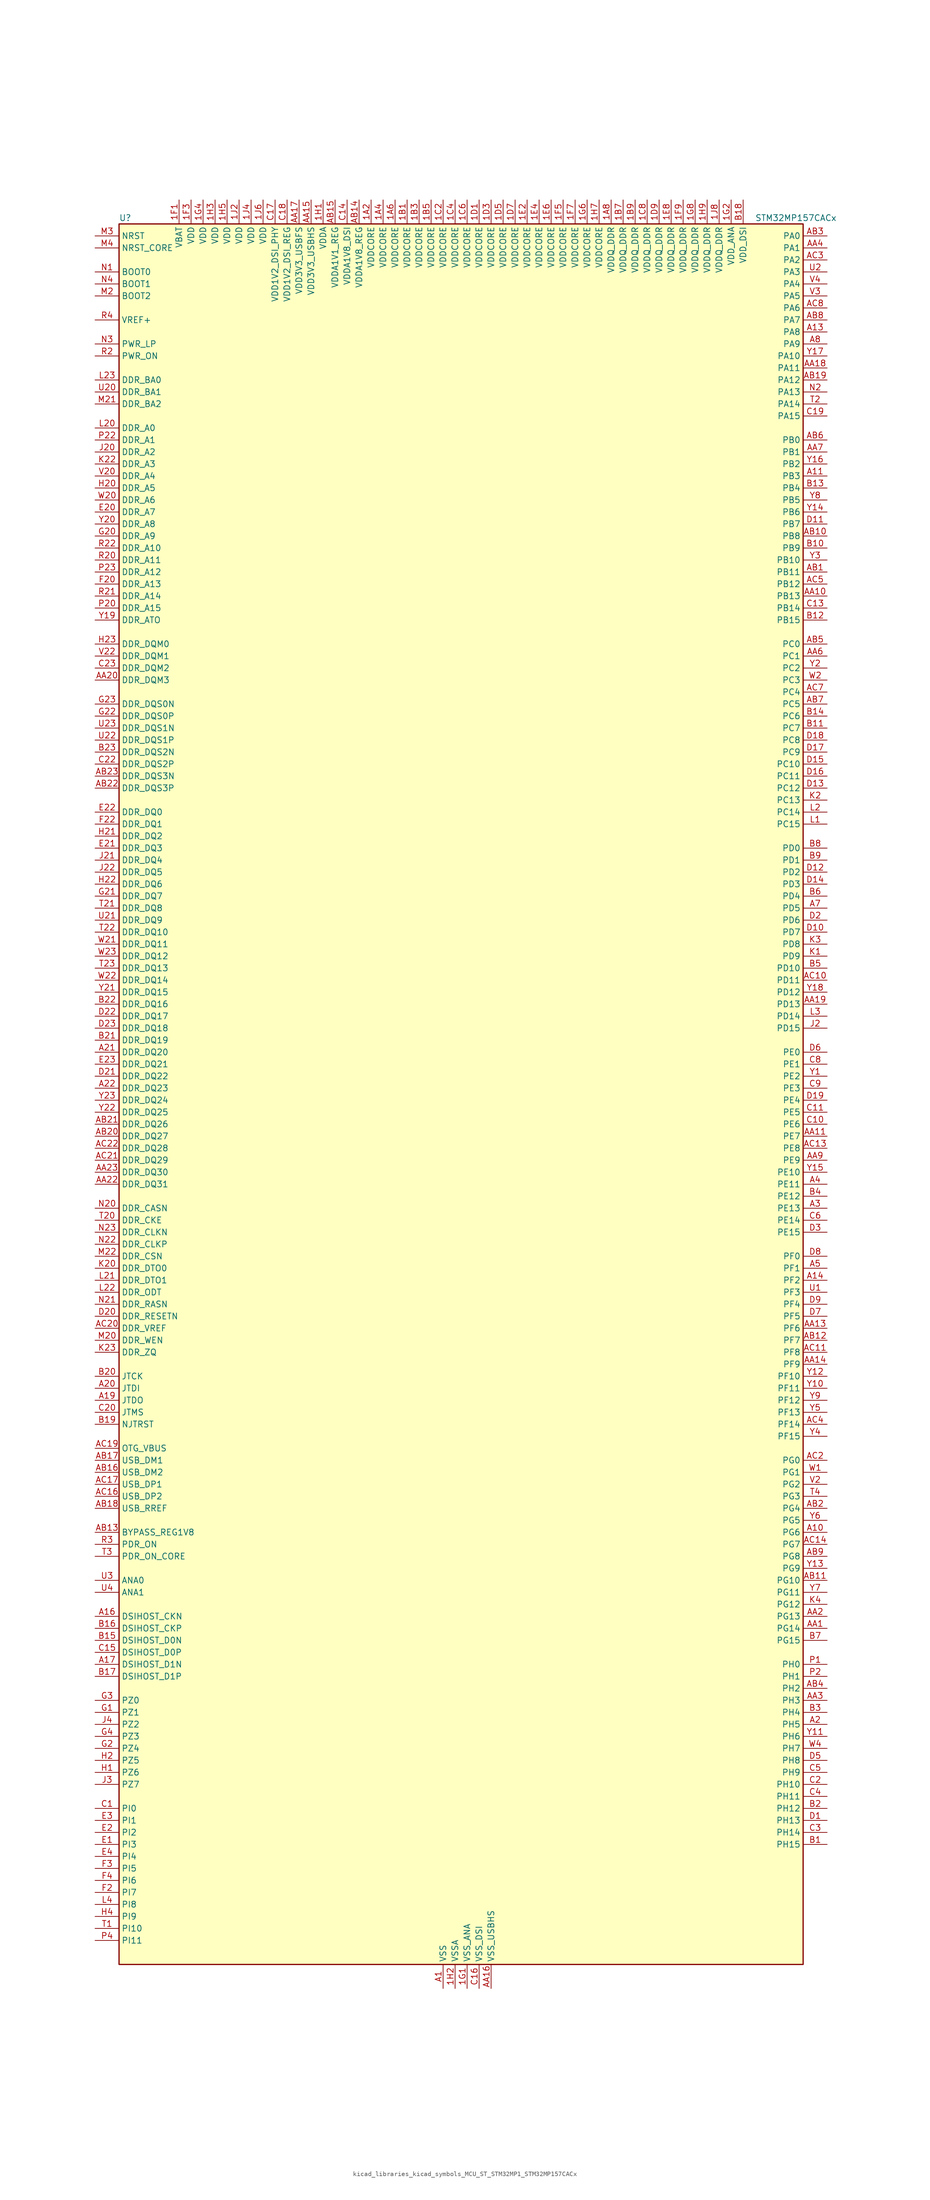
<source format=kicad_sym>
(kicad_symbol_lib
  (version 20220914)
  (generator kicad_symbol_editor)
  (symbol "kicad_libraries_kicad_symbols_MCU_ST_STM32MP1_STM32MP157CACx"
    (property "Reference" "U"
      (at -71.12 186.69 0)
      (effects (font (size 1.27 1.27)) (justify left)))
    (property "Value" "STM32MP157CACx"
      (at 63.5 186.69 0)
      (effects (font (size 1.27 1.27)) (justify left)))
    (property "ki_locked" ""
      (at 0 0 0)
      (effects (font (size 1.27 1.27))))
    (symbol "kicad_libraries_kicad_symbols_MCU_ST_STM32MP1_STM32MP157CACx_0_1"
      (rectangle (start -71.12 -182.88) (end 73.66 185.42) (stroke (width 0.254) (type default)) (fill (type background))))
    (symbol "kicad_libraries_kicad_symbols_MCU_ST_STM32MP1_STM32MP157CACx_1_1"
      (pin power_in line (at -17.78 190.5 270) (length 5.08) (name "VDDCORE" (effects (font (size 1.27 1.27)))) (number "1A2" (effects (font (size 1.27 1.27)))))
      (pin passive line (at -2.54 -187.96 90) (length 5.08) hide (name "VSS" (effects (font (size 1.27 1.27)))) (number "1A3" (effects (font (size 1.27 1.27)))))
      (pin power_in line (at -15.24 190.5 270) (length 5.08) (name "VDDCORE" (effects (font (size 1.27 1.27)))) (number "1A4" (effects (font (size 1.27 1.27)))))
      (pin passive line (at -2.54 -187.96 90) (length 5.08) hide (name "VSS" (effects (font (size 1.27 1.27)))) (number "1A5" (effects (font (size 1.27 1.27)))))
      (pin power_in line (at -12.7 190.5 270) (length 5.08) (name "VDDCORE" (effects (font (size 1.27 1.27)))) (number "1A6" (effects (font (size 1.27 1.27)))))
      (pin passive line (at -2.54 -187.96 90) (length 5.08) hide (name "VSS" (effects (font (size 1.27 1.27)))) (number "1A7" (effects (font (size 1.27 1.27)))))
      (pin power_in line (at 33.02 190.5 270) (length 5.08) (name "VDDQ_DDR" (effects (font (size 1.27 1.27)))) (number "1A8" (effects (font (size 1.27 1.27)))))
      (pin power_in line (at -10.16 190.5 270) (length 5.08) (name "VDDCORE" (effects (font (size 1.27 1.27)))) (number "1B1" (effects (font (size 1.27 1.27)))))
      (pin passive line (at -2.54 -187.96 90) (length 5.08) hide (name "VSS" (effects (font (size 1.27 1.27)))) (number "1B2" (effects (font (size 1.27 1.27)))))
      (pin power_in line (at -7.62 190.5 270) (length 5.08) (name "VDDCORE" (effects (font (size 1.27 1.27)))) (number "1B3" (effects (font (size 1.27 1.27)))))
      (pin passive line (at -2.54 -187.96 90) (length 5.08) hide (name "VSS" (effects (font (size 1.27 1.27)))) (number "1B4" (effects (font (size 1.27 1.27)))))
      (pin power_in line (at -5.08 190.5 270) (length 5.08) (name "VDDCORE" (effects (font (size 1.27 1.27)))) (number "1B5" (effects (font (size 1.27 1.27)))))
      (pin passive line (at -2.54 -187.96 90) (length 5.08) hide (name "VSS" (effects (font (size 1.27 1.27)))) (number "1B6" (effects (font (size 1.27 1.27)))))
      (pin power_in line (at 35.56 190.5 270) (length 5.08) (name "VDDQ_DDR" (effects (font (size 1.27 1.27)))) (number "1B7" (effects (font (size 1.27 1.27)))))
      (pin passive line (at -2.54 -187.96 90) (length 5.08) hide (name "VSS" (effects (font (size 1.27 1.27)))) (number "1B8" (effects (font (size 1.27 1.27)))))
      (pin power_in line (at 38.1 190.5 270) (length 5.08) (name "VDDQ_DDR" (effects (font (size 1.27 1.27)))) (number "1B9" (effects (font (size 1.27 1.27)))))
      (pin passive line (at -2.54 -187.96 90) (length 5.08) hide (name "VSS" (effects (font (size 1.27 1.27)))) (number "1C1" (effects (font (size 1.27 1.27)))))
      (pin power_in line (at -2.54 190.5 270) (length 5.08) (name "VDDCORE" (effects (font (size 1.27 1.27)))) (number "1C2" (effects (font (size 1.27 1.27)))))
      (pin passive line (at -2.54 -187.96 90) (length 5.08) hide (name "VSS" (effects (font (size 1.27 1.27)))) (number "1C3" (effects (font (size 1.27 1.27)))))
      (pin power_in line (at 0 190.5 270) (length 5.08) (name "VDDCORE" (effects (font (size 1.27 1.27)))) (number "1C4" (effects (font (size 1.27 1.27)))))
      (pin passive line (at -2.54 -187.96 90) (length 5.08) hide (name "VSS" (effects (font (size 1.27 1.27)))) (number "1C5" (effects (font (size 1.27 1.27)))))
      (pin power_in line (at 2.54 190.5 270) (length 5.08) (name "VDDCORE" (effects (font (size 1.27 1.27)))) (number "1C6" (effects (font (size 1.27 1.27)))))
      (pin passive line (at -2.54 -187.96 90) (length 5.08) hide (name "VSS" (effects (font (size 1.27 1.27)))) (number "1C7" (effects (font (size 1.27 1.27)))))
      (pin power_in line (at 40.64 190.5 270) (length 5.08) (name "VDDQ_DDR" (effects (font (size 1.27 1.27)))) (number "1C8" (effects (font (size 1.27 1.27)))))
      (pin passive line (at -2.54 -187.96 90) (length 5.08) hide (name "VSS" (effects (font (size 1.27 1.27)))) (number "1C9" (effects (font (size 1.27 1.27)))))
      (pin power_in line (at 5.08 190.5 270) (length 5.08) (name "VDDCORE" (effects (font (size 1.27 1.27)))) (number "1D1" (effects (font (size 1.27 1.27)))))
      (pin passive line (at -2.54 -187.96 90) (length 5.08) hide (name "VSS" (effects (font (size 1.27 1.27)))) (number "1D2" (effects (font (size 1.27 1.27)))))
      (pin power_in line (at 7.62 190.5 270) (length 5.08) (name "VDDCORE" (effects (font (size 1.27 1.27)))) (number "1D3" (effects (font (size 1.27 1.27)))))
      (pin passive line (at -2.54 -187.96 90) (length 5.08) hide (name "VSS" (effects (font (size 1.27 1.27)))) (number "1D4" (effects (font (size 1.27 1.27)))))
      (pin power_in line (at 10.16 190.5 270) (length 5.08) (name "VDDCORE" (effects (font (size 1.27 1.27)))) (number "1D5" (effects (font (size 1.27 1.27)))))
      (pin passive line (at -2.54 -187.96 90) (length 5.08) hide (name "VSS" (effects (font (size 1.27 1.27)))) (number "1D6" (effects (font (size 1.27 1.27)))))
      (pin power_in line (at 12.7 190.5 270) (length 5.08) (name "VDDCORE" (effects (font (size 1.27 1.27)))) (number "1D7" (effects (font (size 1.27 1.27)))))
      (pin passive line (at -2.54 -187.96 90) (length 5.08) hide (name "VSS" (effects (font (size 1.27 1.27)))) (number "1D8" (effects (font (size 1.27 1.27)))))
      (pin power_in line (at 43.18 190.5 270) (length 5.08) (name "VDDQ_DDR" (effects (font (size 1.27 1.27)))) (number "1D9" (effects (font (size 1.27 1.27)))))
      (pin passive line (at -2.54 -187.96 90) (length 5.08) hide (name "VSS" (effects (font (size 1.27 1.27)))) (number "1E1" (effects (font (size 1.27 1.27)))))
      (pin power_in line (at 15.24 190.5 270) (length 5.08) (name "VDDCORE" (effects (font (size 1.27 1.27)))) (number "1E2" (effects (font (size 1.27 1.27)))))
      (pin passive line (at -2.54 -187.96 90) (length 5.08) hide (name "VSS" (effects (font (size 1.27 1.27)))) (number "1E3" (effects (font (size 1.27 1.27)))))
      (pin power_in line (at 17.78 190.5 270) (length 5.08) (name "VDDCORE" (effects (font (size 1.27 1.27)))) (number "1E4" (effects (font (size 1.27 1.27)))))
      (pin passive line (at -2.54 -187.96 90) (length 5.08) hide (name "VSS" (effects (font (size 1.27 1.27)))) (number "1E5" (effects (font (size 1.27 1.27)))))
      (pin power_in line (at 20.32 190.5 270) (length 5.08) (name "VDDCORE" (effects (font (size 1.27 1.27)))) (number "1E6" (effects (font (size 1.27 1.27)))))
      (pin passive line (at -2.54 -187.96 90) (length 5.08) hide (name "VSS" (effects (font (size 1.27 1.27)))) (number "1E7" (effects (font (size 1.27 1.27)))))
      (pin power_in line (at 45.72 190.5 270) (length 5.08) (name "VDDQ_DDR" (effects (font (size 1.27 1.27)))) (number "1E8" (effects (font (size 1.27 1.27)))))
      (pin passive line (at -2.54 -187.96 90) (length 5.08) hide (name "VSS" (effects (font (size 1.27 1.27)))) (number "1E9" (effects (font (size 1.27 1.27)))))
      (pin power_in line (at -58.42 190.5 270) (length 5.08) (name "VBAT" (effects (font (size 1.27 1.27)))) (number "1F1" (effects (font (size 1.27 1.27)))))
      (pin passive line (at -2.54 -187.96 90) (length 5.08) hide (name "VSS" (effects (font (size 1.27 1.27)))) (number "1F2" (effects (font (size 1.27 1.27)))))
      (pin power_in line (at -55.88 190.5 270) (length 5.08) (name "VDD" (effects (font (size 1.27 1.27)))) (number "1F3" (effects (font (size 1.27 1.27)))))
      (pin passive line (at -2.54 -187.96 90) (length 5.08) hide (name "VSS" (effects (font (size 1.27 1.27)))) (number "1F4" (effects (font (size 1.27 1.27)))))
      (pin power_in line (at 22.86 190.5 270) (length 5.08) (name "VDDCORE" (effects (font (size 1.27 1.27)))) (number "1F5" (effects (font (size 1.27 1.27)))))
      (pin passive line (at -2.54 -187.96 90) (length 5.08) hide (name "VSS" (effects (font (size 1.27 1.27)))) (number "1F6" (effects (font (size 1.27 1.27)))))
      (pin power_in line (at 25.4 190.5 270) (length 5.08) (name "VDDCORE" (effects (font (size 1.27 1.27)))) (number "1F7" (effects (font (size 1.27 1.27)))))
      (pin passive line (at -2.54 -187.96 90) (length 5.08) hide (name "VSS" (effects (font (size 1.27 1.27)))) (number "1F8" (effects (font (size 1.27 1.27)))))
      (pin power_in line (at 48.26 190.5 270) (length 5.08) (name "VDDQ_DDR" (effects (font (size 1.27 1.27)))) (number "1F9" (effects (font (size 1.27 1.27)))))
      (pin power_in line (at 2.54 -187.96 90) (length 5.08) (name "VSS_ANA" (effects (font (size 1.27 1.27)))) (number "1G1" (effects (font (size 1.27 1.27)))))
      (pin power_in line (at 58.42 190.5 270) (length 5.08) (name "VDD_ANA" (effects (font (size 1.27 1.27)))) (number "1G2" (effects (font (size 1.27 1.27)))))
      (pin passive line (at -2.54 -187.96 90) (length 5.08) hide (name "VSS" (effects (font (size 1.27 1.27)))) (number "1G3" (effects (font (size 1.27 1.27)))))
      (pin power_in line (at -53.34 190.5 270) (length 5.08) (name "VDD" (effects (font (size 1.27 1.27)))) (number "1G4" (effects (font (size 1.27 1.27)))))
      (pin passive line (at -2.54 -187.96 90) (length 5.08) hide (name "VSS" (effects (font (size 1.27 1.27)))) (number "1G5" (effects (font (size 1.27 1.27)))))
      (pin power_in line (at 27.94 190.5 270) (length 5.08) (name "VDDCORE" (effects (font (size 1.27 1.27)))) (number "1G6" (effects (font (size 1.27 1.27)))))
      (pin passive line (at -2.54 -187.96 90) (length 5.08) hide (name "VSS" (effects (font (size 1.27 1.27)))) (number "1G7" (effects (font (size 1.27 1.27)))))
      (pin power_in line (at 50.8 190.5 270) (length 5.08) (name "VDDQ_DDR" (effects (font (size 1.27 1.27)))) (number "1G8" (effects (font (size 1.27 1.27)))))
      (pin passive line (at -2.54 -187.96 90) (length 5.08) hide (name "VSS" (effects (font (size 1.27 1.27)))) (number "1G9" (effects (font (size 1.27 1.27)))))
      (pin power_in line (at -27.94 190.5 270) (length 5.08) (name "VDDA" (effects (font (size 1.27 1.27)))) (number "1H1" (effects (font (size 1.27 1.27)))))
      (pin power_in line (at 0 -187.96 90) (length 5.08) (name "VSSA" (effects (font (size 1.27 1.27)))) (number "1H2" (effects (font (size 1.27 1.27)))))
      (pin power_in line (at -50.8 190.5 270) (length 5.08) (name "VDD" (effects (font (size 1.27 1.27)))) (number "1H3" (effects (font (size 1.27 1.27)))))
      (pin passive line (at -2.54 -187.96 90) (length 5.08) hide (name "VSS" (effects (font (size 1.27 1.27)))) (number "1H4" (effects (font (size 1.27 1.27)))))
      (pin power_in line (at -48.26 190.5 270) (length 5.08) (name "VDD" (effects (font (size 1.27 1.27)))) (number "1H5" (effects (font (size 1.27 1.27)))))
      (pin passive line (at -2.54 -187.96 90) (length 5.08) hide (name "VSS" (effects (font (size 1.27 1.27)))) (number "1H6" (effects (font (size 1.27 1.27)))))
      (pin power_in line (at 30.48 190.5 270) (length 5.08) (name "VDDCORE" (effects (font (size 1.27 1.27)))) (number "1H7" (effects (font (size 1.27 1.27)))))
      (pin passive line (at -2.54 -187.96 90) (length 5.08) hide (name "VSS" (effects (font (size 1.27 1.27)))) (number "1H8" (effects (font (size 1.27 1.27)))))
      (pin power_in line (at 53.34 190.5 270) (length 5.08) (name "VDDQ_DDR" (effects (font (size 1.27 1.27)))) (number "1H9" (effects (font (size 1.27 1.27)))))
      (pin power_in line (at -45.72 190.5 270) (length 5.08) (name "VDD" (effects (font (size 1.27 1.27)))) (number "1J2" (effects (font (size 1.27 1.27)))))
      (pin passive line (at -2.54 -187.96 90) (length 5.08) hide (name "VSS" (effects (font (size 1.27 1.27)))) (number "1J3" (effects (font (size 1.27 1.27)))))
      (pin power_in line (at -43.18 190.5 270) (length 5.08) (name "VDD" (effects (font (size 1.27 1.27)))) (number "1J4" (effects (font (size 1.27 1.27)))))
      (pin passive line (at -2.54 -187.96 90) (length 5.08) hide (name "VSS" (effects (font (size 1.27 1.27)))) (number "1J5" (effects (font (size 1.27 1.27)))))
      (pin power_in line (at -40.64 190.5 270) (length 5.08) (name "VDD" (effects (font (size 1.27 1.27)))) (number "1J6" (effects (font (size 1.27 1.27)))))
      (pin passive line (at -2.54 -187.96 90) (length 5.08) hide (name "VSS" (effects (font (size 1.27 1.27)))) (number "1J7" (effects (font (size 1.27 1.27)))))
      (pin power_in line (at 55.88 190.5 270) (length 5.08) (name "VDDQ_DDR" (effects (font (size 1.27 1.27)))) (number "1J8" (effects (font (size 1.27 1.27)))))
      (pin power_in line (at -2.54 -187.96 90) (length 5.08) (name "VSS" (effects (font (size 1.27 1.27)))) (number "A1" (effects (font (size 1.27 1.27)))))
      (pin bidirectional line (at 78.74 -91.44 180) (length 5.08) (name "PG6" (effects (font (size 1.27 1.27)))) (number "A10" (effects (font (size 1.27 1.27)))) (alternate "DCMI_D12" bidirectional line) (alternate "DEBUG_TRACED14" bidirectional line) (alternate "LTDC_R7" bidirectional line) (alternate "SDMMC2_CMD" bidirectional line) (alternate "TIM17_BKIN" bidirectional line))
      (pin bidirectional line (at 78.74 132.08 180) (length 5.08) (name "PB3" (effects (font (size 1.27 1.27)))) (number "A11" (effects (font (size 1.27 1.27)))) (alternate "DEBUG_TRACED9" bidirectional line) (alternate "I2S1_CK" bidirectional line) (alternate "I2S3_CK" bidirectional line) (alternate "SAI4_CK1" bidirectional line) (alternate "SAI4_MCLK_A" bidirectional line) (alternate "SDMMC2_D2" bidirectional line) (alternate "SPI1_SCK" bidirectional line) (alternate "SPI3_SCK" bidirectional line) (alternate "SPI6_SCK" bidirectional line) (alternate "TIM2_CH2" bidirectional line) (alternate "UART7_RX" bidirectional line))
      (pin bidirectional line (at 78.74 162.56 180) (length 5.08) (name "PA8" (effects (font (size 1.27 1.27)))) (number "A13" (effects (font (size 1.27 1.27)))) (alternate "I2C3_SCL" bidirectional line) (alternate "I2S3_SDO" bidirectional line) (alternate "LTDC_R6" bidirectional line) (alternate "RCC_MCO_1" bidirectional line) (alternate "SAI4_SD_B" bidirectional line) (alternate "SDMMC2_CKIN" bidirectional line) (alternate "SDMMC2_D4" bidirectional line) (alternate "SPI3_MOSI" bidirectional line) (alternate "TIM1_CH1" bidirectional line) (alternate "TIM8_BKIN2" bidirectional line) (alternate "UART7_RX" bidirectional line) (alternate "USART1_CK" bidirectional line) (alternate "USB_OTG_HS_SOF" bidirectional line))
      (pin bidirectional line (at 78.74 -38.1 180) (length 5.08) (name "PF2" (effects (font (size 1.27 1.27)))) (number "A14" (effects (font (size 1.27 1.27)))) (alternate "FMC_A2" bidirectional line) (alternate "I2C2_SMBA" bidirectional line) (alternate "SDMMC1_D0DIR" bidirectional line) (alternate "SDMMC2_D0DIR" bidirectional line) (alternate "SDMMC3_D0DIR" bidirectional line))
      (pin bidirectional line (at -76.2 -109.22 0) (length 5.08) (name "DSIHOST_CKN" (effects (font (size 1.27 1.27)))) (number "A16" (effects (font (size 1.27 1.27)))) (alternate "DSIHOST_CKN" bidirectional line))
      (pin bidirectional line (at -76.2 -119.38 0) (length 5.08) (name "DSIHOST_D1N" (effects (font (size 1.27 1.27)))) (number "A17" (effects (font (size 1.27 1.27)))) (alternate "DSIHOST_D1N" bidirectional line))
      (pin bidirectional line (at -76.2 -63.5 0) (length 5.08) (name "JTDO" (effects (font (size 1.27 1.27)))) (number "A19" (effects (font (size 1.27 1.27)))) (alternate "DEBUG_JTDO-SWO" bidirectional line))
      (pin bidirectional line (at 78.74 -132.08 180) (length 5.08) (name "PH5" (effects (font (size 1.27 1.27)))) (number "A2" (effects (font (size 1.27 1.27)))) (alternate "I2C2_SDA" bidirectional line) (alternate "SAI4_SD_B" bidirectional line) (alternate "SPI5_NSS" bidirectional line))
      (pin bidirectional line (at -76.2 -60.96 0) (length 5.08) (name "JTDI" (effects (font (size 1.27 1.27)))) (number "A20" (effects (font (size 1.27 1.27)))) (alternate "DEBUG_JTDI" bidirectional line))
      (pin bidirectional line (at -76.2 10.16 0) (length 5.08) (name "DDR_DQ20" (effects (font (size 1.27 1.27)))) (number "A21" (effects (font (size 1.27 1.27)))) (alternate "DDR_DQ20" bidirectional line))
      (pin bidirectional line (at -76.2 2.54 0) (length 5.08) (name "DDR_DQ23" (effects (font (size 1.27 1.27)))) (number "A22" (effects (font (size 1.27 1.27)))) (alternate "DDR_DQ23" bidirectional line))
      (pin passive line (at -2.54 -187.96 90) (length 5.08) hide (name "VSS" (effects (font (size 1.27 1.27)))) (number "A23" (effects (font (size 1.27 1.27)))))
      (pin bidirectional line (at 78.74 -22.86 180) (length 5.08) (name "PE13" (effects (font (size 1.27 1.27)))) (number "A3" (effects (font (size 1.27 1.27)))) (alternate "DCMI_D6" bidirectional line) (alternate "DFSDM1_CKIN5" bidirectional line) (alternate "FMC_D10" bidirectional line) (alternate "FMC_DA10" bidirectional line) (alternate "HDP_HDP2" bidirectional line) (alternate "LTDC_DE" bidirectional line) (alternate "SAI2_FS_B" bidirectional line) (alternate "SPI4_MISO" bidirectional line) (alternate "TIM1_CH3" bidirectional line))
      (pin bidirectional line (at 78.74 -17.78 180) (length 5.08) (name "PE11" (effects (font (size 1.27 1.27)))) (number "A4" (effects (font (size 1.27 1.27)))) (alternate "ADC1_EXTI11" bidirectional line) (alternate "ADC2_EXTI11" bidirectional line) (alternate "DCMI_D4" bidirectional line) (alternate "DFSDM1_CKIN4" bidirectional line) (alternate "FMC_D8" bidirectional line) (alternate "FMC_DA8" bidirectional line) (alternate "LTDC_G3" bidirectional line) (alternate "SAI2_SD_B" bidirectional line) (alternate "SPI4_NSS" bidirectional line) (alternate "TIM1_CH2" bidirectional line) (alternate "USART6_CK" bidirectional line))
      (pin bidirectional line (at 78.74 -35.56 180) (length 5.08) (name "PF1" (effects (font (size 1.27 1.27)))) (number "A5" (effects (font (size 1.27 1.27)))) (alternate "FMC_A1" bidirectional line) (alternate "I2C2_SCL" bidirectional line) (alternate "SDMMC3_CDIR" bidirectional line) (alternate "SDMMC3_CMD" bidirectional line))
      (pin bidirectional line (at 78.74 40.64 180) (length 5.08) (name "PD5" (effects (font (size 1.27 1.27)))) (number "A7" (effects (font (size 1.27 1.27)))) (alternate "FMC_NWE" bidirectional line) (alternate "SDMMC3_D2" bidirectional line) (alternate "USART2_TX" bidirectional line))
      (pin bidirectional line (at 78.74 160.02 180) (length 5.08) (name "PA9" (effects (font (size 1.27 1.27)))) (number "A8" (effects (font (size 1.27 1.27)))) (alternate "DAC1_EXTI9" bidirectional line) (alternate "DCMI_D0" bidirectional line) (alternate "I2C3_SMBA" bidirectional line) (alternate "I2S2_CK" bidirectional line) (alternate "LTDC_R5" bidirectional line) (alternate "SDMMC2_CDIR" bidirectional line) (alternate "SDMMC2_D5" bidirectional line) (alternate "SPI2_SCK" bidirectional line) (alternate "TIM1_CH2" bidirectional line) (alternate "USART1_TX" bidirectional line))
      (pin bidirectional line (at 78.74 -111.76 180) (length 5.08) (name "PG14" (effects (font (size 1.27 1.27)))) (number "AA1" (effects (font (size 1.27 1.27)))) (alternate "DEBUG_TRACED1" bidirectional line) (alternate "ETH1_TXD1" bidirectional line) (alternate "FMC_A25" bidirectional line) (alternate "LPTIM1_ETR" bidirectional line) (alternate "LTDC_B0" bidirectional line) (alternate "QUADSPI_BK2_IO3" bidirectional line) (alternate "SAI4_D1" bidirectional line) (alternate "SAI4_SD_A" bidirectional line) (alternate "SPI6_MOSI" bidirectional line) (alternate "USART6_TX" bidirectional line))
      (pin bidirectional line (at 78.74 106.68 180) (length 5.08) (name "PB13" (effects (font (size 1.27 1.27)))) (number "AA10" (effects (font (size 1.27 1.27)))) (alternate "DFSDM1_CKIN1" bidirectional line) (alternate "DFSDM1_CKOUT" bidirectional line) (alternate "ETH1_TXD1" bidirectional line) (alternate "FDCAN2_TX" bidirectional line) (alternate "I2S2_CK" bidirectional line) (alternate "LPTIM2_OUT" bidirectional line) (alternate "SPI2_SCK" bidirectional line) (alternate "TIM1_CH1N" bidirectional line) (alternate "UART5_TX" bidirectional line) (alternate "USART3_CTS" bidirectional line) (alternate "USART3_NSS" bidirectional line))
      (pin bidirectional line (at 78.74 -7.62 180) (length 5.08) (name "PE7" (effects (font (size 1.27 1.27)))) (number "AA11" (effects (font (size 1.27 1.27)))) (alternate "DFSDM1_DATIN2" bidirectional line) (alternate "FMC_D4" bidirectional line) (alternate "FMC_DA4" bidirectional line) (alternate "QUADSPI_BK2_IO0" bidirectional line) (alternate "TIM1_ETR" bidirectional line) (alternate "TIM3_ETR" bidirectional line) (alternate "UART7_RX" bidirectional line))
      (pin passive line (at -2.54 -187.96 90) (length 5.08) hide (name "VSS" (effects (font (size 1.27 1.27)))) (number "AA12" (effects (font (size 1.27 1.27)))))
      (pin bidirectional line (at 78.74 -48.26 180) (length 5.08) (name "PF6" (effects (font (size 1.27 1.27)))) (number "AA13" (effects (font (size 1.27 1.27)))) (alternate "QUADSPI_BK1_IO3" bidirectional line) (alternate "SAI1_SD_B" bidirectional line) (alternate "SAI4_SCK_B" bidirectional line) (alternate "SPI5_NSS" bidirectional line) (alternate "TIM16_CH1" bidirectional line) (alternate "UART7_RX" bidirectional line))
      (pin bidirectional line (at 78.74 -55.88 180) (length 5.08) (name "PF9" (effects (font (size 1.27 1.27)))) (number "AA14" (effects (font (size 1.27 1.27)))) (alternate "DAC1_EXTI9" bidirectional line) (alternate "DEBUG_TRACED13" bidirectional line) (alternate "QUADSPI_BK1_IO1" bidirectional line) (alternate "SAI1_FS_B" bidirectional line) (alternate "SPI5_MOSI" bidirectional line) (alternate "TIM14_CH1" bidirectional line) (alternate "TIM17_CH1N" bidirectional line) (alternate "UART7_CTS" bidirectional line))
      (pin power_in line (at -30.48 190.5 270) (length 5.08) (name "VDD3V3_USBHS" (effects (font (size 1.27 1.27)))) (number "AA15" (effects (font (size 1.27 1.27)))))
      (pin power_in line (at 7.62 -187.96 90) (length 5.08) (name "VSS_USBHS" (effects (font (size 1.27 1.27)))) (number "AA16" (effects (font (size 1.27 1.27)))))
      (pin power_in line (at -33.02 190.5 270) (length 5.08) (name "VDD3V3_USBFS" (effects (font (size 1.27 1.27)))) (number "AA17" (effects (font (size 1.27 1.27)))))
      (pin bidirectional line (at 78.74 154.94 180) (length 5.08) (name "PA11" (effects (font (size 1.27 1.27)))) (number "AA18" (effects (font (size 1.27 1.27)))) (alternate "ADC1_EXTI11" bidirectional line) (alternate "ADC2_EXTI11" bidirectional line) (alternate "FDCAN1_RX" bidirectional line) (alternate "I2C5_SCL" bidirectional line) (alternate "I2C6_SCL" bidirectional line) (alternate "I2S2_WS" bidirectional line) (alternate "LTDC_R4" bidirectional line) (alternate "SPI2_NSS" bidirectional line) (alternate "TIM1_CH4" bidirectional line) (alternate "UART4_RX" bidirectional line) (alternate "USART1_CTS" bidirectional line) (alternate "USART1_NSS" bidirectional line))
      (pin bidirectional line (at 78.74 20.32 180) (length 5.08) (name "PD13" (effects (font (size 1.27 1.27)))) (number "AA19" (effects (font (size 1.27 1.27)))) (alternate "DSIHOST_TE" bidirectional line) (alternate "FMC_A18" bidirectional line) (alternate "I2C1_SDA" bidirectional line) (alternate "I2C4_SDA" bidirectional line) (alternate "I2S3_MCK" bidirectional line) (alternate "LPTIM1_OUT" bidirectional line) (alternate "QUADSPI_BK1_IO3" bidirectional line) (alternate "SAI2_SCK_A" bidirectional line) (alternate "TIM4_CH2" bidirectional line))
      (pin bidirectional line (at 78.74 -109.22 180) (length 5.08) (name "PG13" (effects (font (size 1.27 1.27)))) (number "AA2" (effects (font (size 1.27 1.27)))) (alternate "DEBUG_TRACED0" bidirectional line) (alternate "ETH1_TXD0" bidirectional line) (alternate "FMC_A24" bidirectional line) (alternate "LPTIM1_OUT" bidirectional line) (alternate "LTDC_R0" bidirectional line) (alternate "SAI1_CK2" bidirectional line) (alternate "SAI1_SCK_A" bidirectional line) (alternate "SAI4_CK1" bidirectional line) (alternate "SAI4_MCLK_A" bidirectional line) (alternate "SPI6_SCK" bidirectional line) (alternate "USART6_CTS" bidirectional line) (alternate "USART6_NSS" bidirectional line))
      (pin bidirectional line (at -76.2 88.9 0) (length 5.08) (name "DDR_DQM3" (effects (font (size 1.27 1.27)))) (number "AA20" (effects (font (size 1.27 1.27)))) (alternate "DDR_DQM3" bidirectional line))
      (pin passive line (at -2.54 -187.96 90) (length 5.08) hide (name "VSS" (effects (font (size 1.27 1.27)))) (number "AA21" (effects (font (size 1.27 1.27)))))
      (pin bidirectional line (at -76.2 -17.78 0) (length 5.08) (name "DDR_DQ31" (effects (font (size 1.27 1.27)))) (number "AA22" (effects (font (size 1.27 1.27)))) (alternate "DDR_DQ31" bidirectional line))
      (pin bidirectional line (at -76.2 -15.24 0) (length 5.08) (name "DDR_DQ30" (effects (font (size 1.27 1.27)))) (number "AA23" (effects (font (size 1.27 1.27)))) (alternate "DDR_DQ30" bidirectional line))
      (pin bidirectional line (at 78.74 -127 180) (length 5.08) (name "PH3" (effects (font (size 1.27 1.27)))) (number "AA3" (effects (font (size 1.27 1.27)))) (alternate "DFSDM1_CKIN4" bidirectional line) (alternate "ETH1_COL" bidirectional line) (alternate "LTDC_R1" bidirectional line) (alternate "QUADSPI_BK2_IO1" bidirectional line) (alternate "SAI2_MCLK_B" bidirectional line))
      (pin bidirectional line (at 78.74 180.34 180) (length 5.08) (name "PA1" (effects (font (size 1.27 1.27)))) (number "AA4" (effects (font (size 1.27 1.27)))) (alternate "ADC1_INN16" bidirectional line) (alternate "ADC1_INP17" bidirectional line) (alternate "ETH1_CLK" bidirectional line) (alternate "ETH1_REF_CLK" bidirectional line) (alternate "ETH1_RX_CLK" bidirectional line) (alternate "LPTIM3_OUT" bidirectional line) (alternate "LTDC_R2" bidirectional line) (alternate "QUADSPI_BK1_IO3" bidirectional line) (alternate "SAI2_MCLK_B" bidirectional line) (alternate "TIM15_CH1N" bidirectional line) (alternate "TIM2_CH2" bidirectional line) (alternate "TIM5_CH2" bidirectional line) (alternate "UART4_RX" bidirectional line) (alternate "USART2_DE" bidirectional line) (alternate "USART2_RTS" bidirectional line))
      (pin passive line (at -2.54 -187.96 90) (length 5.08) hide (name "VSS" (effects (font (size 1.27 1.27)))) (number "AA5" (effects (font (size 1.27 1.27)))))
      (pin bidirectional line (at 78.74 93.98 180) (length 5.08) (name "PC1" (effects (font (size 1.27 1.27)))) (number "AA6" (effects (font (size 1.27 1.27)))) (alternate "ADC1_INN10" bidirectional line) (alternate "ADC1_INP11" bidirectional line) (alternate "ADC2_INN10" bidirectional line) (alternate "ADC2_INP11" bidirectional line) (alternate "DEBUG_TRACED0" bidirectional line) (alternate "DFSDM1_CKIN4" bidirectional line) (alternate "DFSDM1_DATIN0" bidirectional line) (alternate "ETH1_MDC" bidirectional line) (alternate "I2S2_SDO" bidirectional line) (alternate "PWR_WKUP6" bidirectional line) (alternate "SAI1_D1" bidirectional line) (alternate "SAI1_SD_A" bidirectional line) (alternate "SDMMC2_CK" bidirectional line) (alternate "SPI2_MOSI" bidirectional line) (alternate "TAMP_IN3" bidirectional line))
      (pin bidirectional line (at 78.74 137.16 180) (length 5.08) (name "PB1" (effects (font (size 1.27 1.27)))) (number "AA7" (effects (font (size 1.27 1.27)))) (alternate "ADC1_INP5" bidirectional line) (alternate "ADC2_INP5" bidirectional line) (alternate "DFSDM1_DATIN1" bidirectional line) (alternate "ETH1_RXD3" bidirectional line) (alternate "LTDC_G0" bidirectional line) (alternate "LTDC_R6" bidirectional line) (alternate "TIM1_CH3N" bidirectional line) (alternate "TIM3_CH4" bidirectional line) (alternate "TIM8_CH3N" bidirectional line))
      (pin passive line (at -2.54 -187.96 90) (length 5.08) hide (name "VSS" (effects (font (size 1.27 1.27)))) (number "AA8" (effects (font (size 1.27 1.27)))))
      (pin bidirectional line (at 78.74 -12.7 180) (length 5.08) (name "PE9" (effects (font (size 1.27 1.27)))) (number "AA9" (effects (font (size 1.27 1.27)))) (alternate "DAC1_EXTI9" bidirectional line) (alternate "DFSDM1_CKOUT" bidirectional line) (alternate "FMC_D6" bidirectional line) (alternate "FMC_DA6" bidirectional line) (alternate "QUADSPI_BK2_IO2" bidirectional line) (alternate "TIM1_CH1" bidirectional line) (alternate "UART7_DE" bidirectional line) (alternate "UART7_RTS" bidirectional line))
      (pin bidirectional line (at 78.74 111.76 180) (length 5.08) (name "PB11" (effects (font (size 1.27 1.27)))) (number "AB1" (effects (font (size 1.27 1.27)))) (alternate "ADC1_EXTI11" bidirectional line) (alternate "ADC2_EXTI11" bidirectional line) (alternate "DFSDM1_CKIN7" bidirectional line) (alternate "DSIHOST_TE" bidirectional line) (alternate "ETH1_TX_CTL" bidirectional line) (alternate "ETH1_TX_EN" bidirectional line) (alternate "I2C2_SDA" bidirectional line) (alternate "LPTIM2_ETR" bidirectional line) (alternate "LTDC_G5" bidirectional line) (alternate "TIM2_CH4" bidirectional line) (alternate "USART3_RX" bidirectional line))
      (pin bidirectional line (at 78.74 119.38 180) (length 5.08) (name "PB8" (effects (font (size 1.27 1.27)))) (number "AB10" (effects (font (size 1.27 1.27)))) (alternate "DCMI_D6" bidirectional line) (alternate "DFSDM1_CKIN7" bidirectional line) (alternate "ETH1_TXD3" bidirectional line) (alternate "FDCAN1_RX" bidirectional line) (alternate "HDP_HDP6" bidirectional line) (alternate "I2C1_SCL" bidirectional line) (alternate "I2C4_SCL" bidirectional line) (alternate "LTDC_B6" bidirectional line) (alternate "SDMMC1_CKIN" bidirectional line) (alternate "SDMMC1_D4" bidirectional line) (alternate "SDMMC2_CKIN" bidirectional line) (alternate "SDMMC2_D4" bidirectional line) (alternate "TIM16_CH1" bidirectional line) (alternate "TIM4_CH3" bidirectional line) (alternate "UART4_RX" bidirectional line))
      (pin bidirectional line (at 78.74 -101.6 180) (length 5.08) (name "PG10" (effects (font (size 1.27 1.27)))) (number "AB11" (effects (font (size 1.27 1.27)))) (alternate "DCMI_D2" bidirectional line) (alternate "DEBUG_TRACED10" bidirectional line) (alternate "FMC_NE3" bidirectional line) (alternate "LTDC_B2" bidirectional line) (alternate "LTDC_G3" bidirectional line) (alternate "QUADSPI_BK2_IO2" bidirectional line) (alternate "SAI2_SD_B" bidirectional line) (alternate "UART8_CTS" bidirectional line))
      (pin bidirectional line (at 78.74 -50.8 180) (length 5.08) (name "PF7" (effects (font (size 1.27 1.27)))) (number "AB12" (effects (font (size 1.27 1.27)))) (alternate "QUADSPI_BK1_IO2" bidirectional line) (alternate "SAI1_MCLK_B" bidirectional line) (alternate "SPI5_SCK" bidirectional line) (alternate "TIM17_CH1" bidirectional line) (alternate "UART7_TX" bidirectional line))
      (pin bidirectional line (at -76.2 -91.44 0) (length 5.08) (name "BYPASS_REG1V8" (effects (font (size 1.27 1.27)))) (number "AB13" (effects (font (size 1.27 1.27)))))
      (pin power_in line (at -20.32 190.5 270) (length 5.08) (name "VDDA1V8_REG" (effects (font (size 1.27 1.27)))) (number "AB14" (effects (font (size 1.27 1.27)))))
      (pin power_in line (at -25.4 190.5 270) (length 5.08) (name "VDDA1V1_REG" (effects (font (size 1.27 1.27)))) (number "AB15" (effects (font (size 1.27 1.27)))))
      (pin bidirectional line (at -76.2 -78.74 0) (length 5.08) (name "USB_DM2" (effects (font (size 1.27 1.27)))) (number "AB16" (effects (font (size 1.27 1.27)))) (alternate "USBH_HS2_DM" bidirectional line) (alternate "USB_OTG_HS_DM" bidirectional line))
      (pin bidirectional line (at -76.2 -76.2 0) (length 5.08) (name "USB_DM1" (effects (font (size 1.27 1.27)))) (number "AB17" (effects (font (size 1.27 1.27)))) (alternate "USBH_HS1_DM" bidirectional line))
      (pin bidirectional line (at -76.2 -86.36 0) (length 5.08) (name "USB_RREF" (effects (font (size 1.27 1.27)))) (number "AB18" (effects (font (size 1.27 1.27)))))
      (pin bidirectional line (at 78.74 152.4 180) (length 5.08) (name "PA12" (effects (font (size 1.27 1.27)))) (number "AB19" (effects (font (size 1.27 1.27)))) (alternate "FDCAN1_TX" bidirectional line) (alternate "I2C5_SDA" bidirectional line) (alternate "I2C6_SDA" bidirectional line) (alternate "LTDC_R5" bidirectional line) (alternate "SAI2_FS_B" bidirectional line) (alternate "TIM1_ETR" bidirectional line) (alternate "UART4_TX" bidirectional line) (alternate "USART1_DE" bidirectional line) (alternate "USART1_RTS" bidirectional line))
      (pin bidirectional line (at 78.74 -86.36 180) (length 5.08) (name "PG4" (effects (font (size 1.27 1.27)))) (number "AB2" (effects (font (size 1.27 1.27)))) (alternate "ETH1_GTX_CLK" bidirectional line) (alternate "FMC_A14" bidirectional line) (alternate "TIM1_BKIN2" bidirectional line))
      (pin bidirectional line (at -76.2 -7.62 0) (length 5.08) (name "DDR_DQ27" (effects (font (size 1.27 1.27)))) (number "AB20" (effects (font (size 1.27 1.27)))) (alternate "DDR_DQ27" bidirectional line))
      (pin bidirectional line (at -76.2 -5.08 0) (length 5.08) (name "DDR_DQ26" (effects (font (size 1.27 1.27)))) (number "AB21" (effects (font (size 1.27 1.27)))) (alternate "DDR_DQ26" bidirectional line))
      (pin bidirectional line (at -76.2 66.04 0) (length 5.08) (name "DDR_DQS3P" (effects (font (size 1.27 1.27)))) (number "AB22" (effects (font (size 1.27 1.27)))) (alternate "DDR_DQS3P" bidirectional line))
      (pin bidirectional line (at -76.2 68.58 0) (length 5.08) (name "DDR_DQS3N" (effects (font (size 1.27 1.27)))) (number "AB23" (effects (font (size 1.27 1.27)))) (alternate "DDR_DQS3N" bidirectional line))
      (pin bidirectional line (at 78.74 182.88 180) (length 5.08) (name "PA0" (effects (font (size 1.27 1.27)))) (number "AB3" (effects (font (size 1.27 1.27)))) (alternate "ADC1_INP16" bidirectional line) (alternate "ETH1_CRS" bidirectional line) (alternate "PWR_WKUP1" bidirectional line) (alternate "SAI2_SD_B" bidirectional line) (alternate "SDMMC2_CMD" bidirectional line) (alternate "TIM15_BKIN" bidirectional line) (alternate "TIM2_CH1" bidirectional line) (alternate "TIM2_ETR" bidirectional line) (alternate "TIM5_CH1" bidirectional line) (alternate "TIM8_ETR" bidirectional line) (alternate "UART4_TX" bidirectional line) (alternate "USART2_CTS" bidirectional line) (alternate "USART2_NSS" bidirectional line))
      (pin bidirectional line (at 78.74 -124.46 180) (length 5.08) (name "PH2" (effects (font (size 1.27 1.27)))) (number "AB4" (effects (font (size 1.27 1.27)))) (alternate "ETH1_CRS" bidirectional line) (alternate "LPTIM1_IN2" bidirectional line) (alternate "LTDC_R0" bidirectional line) (alternate "QUADSPI_BK2_IO0" bidirectional line) (alternate "SAI2_SCK_B" bidirectional line))
      (pin bidirectional line (at 78.74 96.52 180) (length 5.08) (name "PC0" (effects (font (size 1.27 1.27)))) (number "AB5" (effects (font (size 1.27 1.27)))) (alternate "ADC1_INP10" bidirectional line) (alternate "ADC2_INP10" bidirectional line) (alternate "DFSDM1_CKIN0" bidirectional line) (alternate "DFSDM1_DATIN4" bidirectional line) (alternate "LPTIM2_IN2" bidirectional line) (alternate "LTDC_R5" bidirectional line) (alternate "QUADSPI_BK2_NCS" bidirectional line) (alternate "SAI2_FS_B" bidirectional line))
      (pin bidirectional line (at 78.74 139.7 180) (length 5.08) (name "PB0" (effects (font (size 1.27 1.27)))) (number "AB6" (effects (font (size 1.27 1.27)))) (alternate "ADC1_INN5" bidirectional line) (alternate "ADC1_INP9" bidirectional line) (alternate "ADC2_INN5" bidirectional line) (alternate "ADC2_INP9" bidirectional line) (alternate "DFSDM1_CKOUT" bidirectional line) (alternate "ETH1_RXD2" bidirectional line) (alternate "LTDC_G1" bidirectional line) (alternate "LTDC_R3" bidirectional line) (alternate "TIM1_CH2N" bidirectional line) (alternate "TIM3_CH3" bidirectional line) (alternate "TIM8_CH2N" bidirectional line) (alternate "UART4_CTS" bidirectional line))
      (pin bidirectional line (at 78.74 83.82 180) (length 5.08) (name "PC5" (effects (font (size 1.27 1.27)))) (number "AB7" (effects (font (size 1.27 1.27)))) (alternate "ADC1_INN4" bidirectional line) (alternate "ADC1_INP8" bidirectional line) (alternate "ADC2_INN4" bidirectional line) (alternate "ADC2_INP8" bidirectional line) (alternate "DFSDM1_DATIN2" bidirectional line) (alternate "ETH1_RXD1" bidirectional line) (alternate "SAI1_D3" bidirectional line) (alternate "SAI1_D4" bidirectional line) (alternate "SAI4_D3" bidirectional line) (alternate "SAI4_D4" bidirectional line) (alternate "SPDIFRX_IN3" bidirectional line))
      (pin bidirectional line (at 78.74 165.1 180) (length 5.08) (name "PA7" (effects (font (size 1.27 1.27)))) (number "AB8" (effects (font (size 1.27 1.27)))) (alternate "ADC1_INN3" bidirectional line) (alternate "ADC1_INP7" bidirectional line) (alternate "ADC2_INN3" bidirectional line) (alternate "ADC2_INP7" bidirectional line) (alternate "ETH1_CRS_DV" bidirectional line) (alternate "ETH1_RX_CTL" bidirectional line) (alternate "ETH1_RX_DV" bidirectional line) (alternate "I2S1_SDO" bidirectional line) (alternate "QUADSPI_CLK" bidirectional line) (alternate "SAI4_D1" bidirectional line) (alternate "SAI4_SD_A" bidirectional line) (alternate "SPI1_MOSI" bidirectional line) (alternate "SPI6_MOSI" bidirectional line) (alternate "TIM14_CH1" bidirectional line) (alternate "TIM1_CH1N" bidirectional line) (alternate "TIM3_CH2" bidirectional line) (alternate "TIM8_CH1N" bidirectional line))
      (pin bidirectional line (at 78.74 -96.52 180) (length 5.08) (name "PG8" (effects (font (size 1.27 1.27)))) (number "AB9" (effects (font (size 1.27 1.27)))) (alternate "DEBUG_TRACED15" bidirectional line) (alternate "ETH1_CLK" bidirectional line) (alternate "ETH1_PPS_OUT" bidirectional line) (alternate "LTDC_G7" bidirectional line) (alternate "SAI4_D2" bidirectional line) (alternate "SAI4_FS_A" bidirectional line) (alternate "SPDIFRX_IN2" bidirectional line) (alternate "SPI6_NSS" bidirectional line) (alternate "TIM2_CH1" bidirectional line) (alternate "TIM2_ETR" bidirectional line) (alternate "TIM8_ETR" bidirectional line) (alternate "USART3_DE" bidirectional line) (alternate "USART3_RTS" bidirectional line) (alternate "USART6_DE" bidirectional line) (alternate "USART6_RTS" bidirectional line))
      (pin passive line (at -2.54 -187.96 90) (length 5.08) hide (name "VSS" (effects (font (size 1.27 1.27)))) (number "AC1" (effects (font (size 1.27 1.27)))))
      (pin bidirectional line (at 78.74 25.4 180) (length 5.08) (name "PD11" (effects (font (size 1.27 1.27)))) (number "AC10" (effects (font (size 1.27 1.27)))) (alternate "ADC1_EXTI11" bidirectional line) (alternate "ADC2_EXTI11" bidirectional line) (alternate "FMC_A16" bidirectional line) (alternate "FMC_CLE" bidirectional line) (alternate "I2C1_SMBA" bidirectional line) (alternate "I2C4_SMBA" bidirectional line) (alternate "LPTIM2_IN2" bidirectional line) (alternate "QUADSPI_BK1_IO0" bidirectional line) (alternate "SAI2_SD_A" bidirectional line) (alternate "USART3_CTS" bidirectional line) (alternate "USART3_NSS" bidirectional line))
      (pin bidirectional line (at 78.74 -53.34 180) (length 5.08) (name "PF8" (effects (font (size 1.27 1.27)))) (number "AC11" (effects (font (size 1.27 1.27)))) (alternate "DEBUG_TRACED12" bidirectional line) (alternate "QUADSPI_BK1_IO0" bidirectional line) (alternate "SAI1_SCK_B" bidirectional line) (alternate "SPI5_MISO" bidirectional line) (alternate "TIM13_CH1" bidirectional line) (alternate "TIM16_CH1N" bidirectional line) (alternate "UART7_DE" bidirectional line) (alternate "UART7_RTS" bidirectional line))
      (pin bidirectional line (at 78.74 -10.16 180) (length 5.08) (name "PE8" (effects (font (size 1.27 1.27)))) (number "AC13" (effects (font (size 1.27 1.27)))) (alternate "DFSDM1_CKIN2" bidirectional line) (alternate "FMC_D5" bidirectional line) (alternate "FMC_DA5" bidirectional line) (alternate "QUADSPI_BK2_IO1" bidirectional line) (alternate "TIM1_CH1N" bidirectional line) (alternate "UART7_TX" bidirectional line))
      (pin bidirectional line (at 78.74 -93.98 180) (length 5.08) (name "PG7" (effects (font (size 1.27 1.27)))) (number "AC14" (effects (font (size 1.27 1.27)))) (alternate "DCMI_D13" bidirectional line) (alternate "DEBUG_TRACED5" bidirectional line) (alternate "LTDC_CLK" bidirectional line) (alternate "QUADSPI_BK2_IO3" bidirectional line) (alternate "QUADSPI_CLK" bidirectional line) (alternate "SAI1_MCLK_A" bidirectional line) (alternate "UART8_DE" bidirectional line) (alternate "UART8_RTS" bidirectional line) (alternate "USART6_CK" bidirectional line))
      (pin bidirectional line (at -76.2 -83.82 0) (length 5.08) (name "USB_DP2" (effects (font (size 1.27 1.27)))) (number "AC16" (effects (font (size 1.27 1.27)))) (alternate "USBH_HS2_DP" bidirectional line) (alternate "USB_OTG_HS_DP" bidirectional line))
      (pin bidirectional line (at -76.2 -81.28 0) (length 5.08) (name "USB_DP1" (effects (font (size 1.27 1.27)))) (number "AC17" (effects (font (size 1.27 1.27)))) (alternate "USBH_HS1_DP" bidirectional line))
      (pin bidirectional line (at -76.2 -73.66 0) (length 5.08) (name "OTG_VBUS" (effects (font (size 1.27 1.27)))) (number "AC19" (effects (font (size 1.27 1.27)))) (alternate "USB_OTG_HS_VBUS" bidirectional line))
      (pin bidirectional line (at 78.74 -76.2 180) (length 5.08) (name "PG0" (effects (font (size 1.27 1.27)))) (number "AC2" (effects (font (size 1.27 1.27)))) (alternate "DEBUG_TRACED0" bidirectional line) (alternate "DFSDM1_DATIN0" bidirectional line) (alternate "ETH1_TXD4" bidirectional line) (alternate "FMC_A10" bidirectional line))
      (pin bidirectional line (at -76.2 -48.26 0) (length 5.08) (name "DDR_VREF" (effects (font (size 1.27 1.27)))) (number "AC20" (effects (font (size 1.27 1.27)))) (alternate "DDR_VREF" bidirectional line))
      (pin bidirectional line (at -76.2 -12.7 0) (length 5.08) (name "DDR_DQ29" (effects (font (size 1.27 1.27)))) (number "AC21" (effects (font (size 1.27 1.27)))) (alternate "DDR_DQ29" bidirectional line))
      (pin bidirectional line (at -76.2 -10.16 0) (length 5.08) (name "DDR_DQ28" (effects (font (size 1.27 1.27)))) (number "AC22" (effects (font (size 1.27 1.27)))) (alternate "DDR_DQ28" bidirectional line))
      (pin passive line (at -2.54 -187.96 90) (length 5.08) hide (name "VSS" (effects (font (size 1.27 1.27)))) (number "AC23" (effects (font (size 1.27 1.27)))))
      (pin bidirectional line (at 78.74 177.8 180) (length 5.08) (name "PA2" (effects (font (size 1.27 1.27)))) (number "AC3" (effects (font (size 1.27 1.27)))) (alternate "ADC1_INP14" bidirectional line) (alternate "ETH1_MDIO" bidirectional line) (alternate "LPTIM4_OUT" bidirectional line) (alternate "LTDC_R1" bidirectional line) (alternate "PWR_WKUP2" bidirectional line) (alternate "SAI2_SCK_B" bidirectional line) (alternate "SDMMC2_D0DIR" bidirectional line) (alternate "TIM15_CH1" bidirectional line) (alternate "TIM2_CH3" bidirectional line) (alternate "TIM5_CH3" bidirectional line) (alternate "USART2_TX" bidirectional line))
      (pin bidirectional line (at 78.74 -68.58 180) (length 5.08) (name "PF14" (effects (font (size 1.27 1.27)))) (number "AC4" (effects (font (size 1.27 1.27)))) (alternate "ADC2_INN2" bidirectional line) (alternate "ADC2_INP6" bidirectional line) (alternate "DEBUG_TRACED6" bidirectional line) (alternate "DFSDM1_CKIN6" bidirectional line) (alternate "ETH1_RXD6" bidirectional line) (alternate "FMC_A8" bidirectional line) (alternate "I2C1_SCL" bidirectional line) (alternate "I2C4_SCL" bidirectional line))
      (pin bidirectional line (at 78.74 109.22 180) (length 5.08) (name "PB12" (effects (font (size 1.27 1.27)))) (number "AC5" (effects (font (size 1.27 1.27)))) (alternate "DFSDM1_DATIN1" bidirectional line) (alternate "ETH1_TXD0" bidirectional line) (alternate "FDCAN2_RX" bidirectional line) (alternate "I2C2_SMBA" bidirectional line) (alternate "I2C6_SMBA" bidirectional line) (alternate "I2S2_WS" bidirectional line) (alternate "SPI2_NSS" bidirectional line) (alternate "TIM1_BKIN" bidirectional line) (alternate "UART5_RX" bidirectional line) (alternate "USART3_CK" bidirectional line) (alternate "USART3_RX" bidirectional line))
      (pin bidirectional line (at 78.74 86.36 180) (length 5.08) (name "PC4" (effects (font (size 1.27 1.27)))) (number "AC7" (effects (font (size 1.27 1.27)))) (alternate "ADC1_INP4" bidirectional line) (alternate "ADC2_INP4" bidirectional line) (alternate "DFSDM1_CKIN2" bidirectional line) (alternate "ETH1_RXD0" bidirectional line) (alternate "I2S1_MCK" bidirectional line) (alternate "SPDIFRX_IN2" bidirectional line))
      (pin bidirectional line (at 78.74 167.64 180) (length 5.08) (name "PA6" (effects (font (size 1.27 1.27)))) (number "AC8" (effects (font (size 1.27 1.27)))) (alternate "ADC1_INP3" bidirectional line) (alternate "ADC2_INP3" bidirectional line) (alternate "DCMI_PIXCLK" bidirectional line) (alternate "I2S1_SDI" bidirectional line) (alternate "LTDC_G2" bidirectional line) (alternate "SAI4_CK2" bidirectional line) (alternate "SAI4_SCK_A" bidirectional line) (alternate "SPI1_MISO" bidirectional line) (alternate "SPI6_MISO" bidirectional line) (alternate "TIM13_CH1" bidirectional line) (alternate "TIM1_BKIN" bidirectional line) (alternate "TIM3_CH1" bidirectional line) (alternate "TIM8_BKIN" bidirectional line))
      (pin bidirectional line (at 78.74 -157.48 180) (length 5.08) (name "PH15" (effects (font (size 1.27 1.27)))) (number "B1" (effects (font (size 1.27 1.27)))) (alternate "ADC1_EXTI15" bidirectional line) (alternate "ADC2_EXTI15" bidirectional line) (alternate "DCMI_D11" bidirectional line) (alternate "LTDC_G4" bidirectional line) (alternate "TIM8_CH3N" bidirectional line))
      (pin bidirectional line (at 78.74 116.84 180) (length 5.08) (name "PB9" (effects (font (size 1.27 1.27)))) (number "B10" (effects (font (size 1.27 1.27)))) (alternate "DAC1_EXTI9" bidirectional line) (alternate "DCMI_D7" bidirectional line) (alternate "DFSDM1_DATIN7" bidirectional line) (alternate "FDCAN1_TX" bidirectional line) (alternate "HDP_HDP7" bidirectional line) (alternate "I2C1_SDA" bidirectional line) (alternate "I2C4_SDA" bidirectional line) (alternate "I2S2_WS" bidirectional line) (alternate "LTDC_B7" bidirectional line) (alternate "SDMMC1_CDIR" bidirectional line) (alternate "SDMMC1_D5" bidirectional line) (alternate "SDMMC2_CDIR" bidirectional line) (alternate "SDMMC2_D5" bidirectional line) (alternate "SPI2_NSS" bidirectional line) (alternate "TIM17_CH1" bidirectional line) (alternate "TIM4_CH4" bidirectional line) (alternate "UART4_TX" bidirectional line))
      (pin bidirectional line (at 78.74 78.74 180) (length 5.08) (name "PC7" (effects (font (size 1.27 1.27)))) (number "B11" (effects (font (size 1.27 1.27)))) (alternate "DCMI_D1" bidirectional line) (alternate "DFSDM1_DATIN3" bidirectional line) (alternate "HDP_HDP4" bidirectional line) (alternate "I2S3_MCK" bidirectional line) (alternate "LTDC_G6" bidirectional line) (alternate "SDMMC1_D123DIR" bidirectional line) (alternate "SDMMC1_D7" bidirectional line) (alternate "SDMMC2_D123DIR" bidirectional line) (alternate "SDMMC2_D7" bidirectional line) (alternate "TIM3_CH2" bidirectional line) (alternate "TIM8_CH2" bidirectional line) (alternate "USART6_RX" bidirectional line))
      (pin bidirectional line (at 78.74 101.6 180) (length 5.08) (name "PB15" (effects (font (size 1.27 1.27)))) (number "B12" (effects (font (size 1.27 1.27)))) (alternate "ADC1_EXTI15" bidirectional line) (alternate "ADC2_EXTI15" bidirectional line) (alternate "DFSDM1_CKIN2" bidirectional line) (alternate "I2S2_SDO" bidirectional line) (alternate "RTC_REFIN" bidirectional line) (alternate "SDMMC2_D1" bidirectional line) (alternate "SPI2_MOSI" bidirectional line) (alternate "TIM12_CH2" bidirectional line) (alternate "TIM1_CH3N" bidirectional line) (alternate "TIM8_CH3N" bidirectional line) (alternate "USART1_RX" bidirectional line))
      (pin bidirectional line (at 78.74 129.54 180) (length 5.08) (name "PB4" (effects (font (size 1.27 1.27)))) (number "B13" (effects (font (size 1.27 1.27)))) (alternate "DEBUG_TRACED8" bidirectional line) (alternate "I2S1_SDI" bidirectional line) (alternate "I2S2_WS" bidirectional line) (alternate "I2S3_SDI" bidirectional line) (alternate "SAI4_CK2" bidirectional line) (alternate "SAI4_SCK_A" bidirectional line) (alternate "SDMMC2_D3" bidirectional line) (alternate "SPI1_MISO" bidirectional line) (alternate "SPI2_NSS" bidirectional line) (alternate "SPI3_MISO" bidirectional line) (alternate "SPI6_MISO" bidirectional line) (alternate "TIM16_BKIN" bidirectional line) (alternate "TIM3_CH1" bidirectional line) (alternate "UART7_TX" bidirectional line))
      (pin bidirectional line (at 78.74 81.28 180) (length 5.08) (name "PC6" (effects (font (size 1.27 1.27)))) (number "B14" (effects (font (size 1.27 1.27)))) (alternate "DCMI_D0" bidirectional line) (alternate "DFSDM1_CKIN3" bidirectional line) (alternate "DSIHOST_TE" bidirectional line) (alternate "HDP_HDP1" bidirectional line) (alternate "I2S2_MCK" bidirectional line) (alternate "LTDC_HSYNC" bidirectional line) (alternate "SDMMC1_D0DIR" bidirectional line) (alternate "SDMMC1_D6" bidirectional line) (alternate "SDMMC2_D0DIR" bidirectional line) (alternate "SDMMC2_D6" bidirectional line) (alternate "TIM3_CH1" bidirectional line) (alternate "TIM8_CH1" bidirectional line) (alternate "USART6_TX" bidirectional line))
      (pin bidirectional line (at -76.2 -114.3 0) (length 5.08) (name "DSIHOST_D0N" (effects (font (size 1.27 1.27)))) (number "B15" (effects (font (size 1.27 1.27)))) (alternate "DSIHOST_D0N" bidirectional line))
      (pin bidirectional line (at -76.2 -111.76 0) (length 5.08) (name "DSIHOST_CKP" (effects (font (size 1.27 1.27)))) (number "B16" (effects (font (size 1.27 1.27)))) (alternate "DSIHOST_CKP" bidirectional line))
      (pin bidirectional line (at -76.2 -121.92 0) (length 5.08) (name "DSIHOST_D1P" (effects (font (size 1.27 1.27)))) (number "B17" (effects (font (size 1.27 1.27)))) (alternate "DSIHOST_D1P" bidirectional line))
      (pin power_in line (at 60.96 190.5 270) (length 5.08) (name "VDD_DSI" (effects (font (size 1.27 1.27)))) (number "B18" (effects (font (size 1.27 1.27)))))
      (pin bidirectional line (at -76.2 -68.58 0) (length 5.08) (name "NJTRST" (effects (font (size 1.27 1.27)))) (number "B19" (effects (font (size 1.27 1.27)))) (alternate "DEBUG_JTRST" bidirectional line))
      (pin bidirectional line (at 78.74 -149.86 180) (length 5.08) (name "PH12" (effects (font (size 1.27 1.27)))) (number "B2" (effects (font (size 1.27 1.27)))) (alternate "DCMI_D3" bidirectional line) (alternate "HDP_HDP2" bidirectional line) (alternate "I2C1_SDA" bidirectional line) (alternate "I2C4_SDA" bidirectional line) (alternate "LTDC_R6" bidirectional line) (alternate "TIM5_CH3" bidirectional line))
      (pin bidirectional line (at -76.2 -58.42 0) (length 5.08) (name "JTCK" (effects (font (size 1.27 1.27)))) (number "B20" (effects (font (size 1.27 1.27)))) (alternate "DEBUG_JTCK-SWCLK" bidirectional line))
      (pin bidirectional line (at -76.2 12.7 0) (length 5.08) (name "DDR_DQ19" (effects (font (size 1.27 1.27)))) (number "B21" (effects (font (size 1.27 1.27)))) (alternate "DDR_DQ19" bidirectional line))
      (pin bidirectional line (at -76.2 20.32 0) (length 5.08) (name "DDR_DQ16" (effects (font (size 1.27 1.27)))) (number "B22" (effects (font (size 1.27 1.27)))) (alternate "DDR_DQ16" bidirectional line))
      (pin bidirectional line (at -76.2 73.66 0) (length 5.08) (name "DDR_DQS2N" (effects (font (size 1.27 1.27)))) (number "B23" (effects (font (size 1.27 1.27)))) (alternate "DDR_DQS2N" bidirectional line))
      (pin bidirectional line (at 78.74 -129.54 180) (length 5.08) (name "PH4" (effects (font (size 1.27 1.27)))) (number "B3" (effects (font (size 1.27 1.27)))) (alternate "I2C2_SCL" bidirectional line) (alternate "LTDC_G4" bidirectional line) (alternate "LTDC_G5" bidirectional line))
      (pin bidirectional line (at 78.74 -20.32 180) (length 5.08) (name "PE12" (effects (font (size 1.27 1.27)))) (number "B4" (effects (font (size 1.27 1.27)))) (alternate "DFSDM1_DATIN5" bidirectional line) (alternate "FMC_D9" bidirectional line) (alternate "FMC_DA9" bidirectional line) (alternate "LTDC_B4" bidirectional line) (alternate "SAI2_SCK_B" bidirectional line) (alternate "SDMMC1_D0DIR" bidirectional line) (alternate "SPI4_SCK" bidirectional line) (alternate "TIM1_CH3N" bidirectional line))
      (pin bidirectional line (at 78.74 27.94 180) (length 5.08) (name "PD10" (effects (font (size 1.27 1.27)))) (number "B5" (effects (font (size 1.27 1.27)))) (alternate "DFSDM1_CKOUT" bidirectional line) (alternate "FMC_D15" bidirectional line) (alternate "FMC_DA15" bidirectional line) (alternate "I2C5_SMBA" bidirectional line) (alternate "I2S3_SDI" bidirectional line) (alternate "LTDC_B3" bidirectional line) (alternate "RTC_REFIN" bidirectional line) (alternate "SAI3_FS_B" bidirectional line) (alternate "SPI3_MISO" bidirectional line) (alternate "TIM16_BKIN" bidirectional line) (alternate "USART3_CK" bidirectional line))
      (pin bidirectional line (at 78.74 43.18 180) (length 5.08) (name "PD4" (effects (font (size 1.27 1.27)))) (number "B6" (effects (font (size 1.27 1.27)))) (alternate "DFSDM1_CKIN0" bidirectional line) (alternate "FMC_NOE" bidirectional line) (alternate "SAI3_FS_A" bidirectional line) (alternate "SDMMC3_D1" bidirectional line) (alternate "USART2_DE" bidirectional line) (alternate "USART2_RTS" bidirectional line))
      (pin bidirectional line (at 78.74 -114.3 180) (length 5.08) (name "PG15" (effects (font (size 1.27 1.27)))) (number "B7" (effects (font (size 1.27 1.27)))) (alternate "ADC1_EXTI15" bidirectional line) (alternate "ADC2_EXTI15" bidirectional line) (alternate "DCMI_D13" bidirectional line) (alternate "DEBUG_TRACED7" bidirectional line) (alternate "I2C2_SDA" bidirectional line) (alternate "SAI1_D2" bidirectional line) (alternate "SAI1_FS_A" bidirectional line) (alternate "SDMMC3_CK" bidirectional line) (alternate "USART6_CTS" bidirectional line) (alternate "USART6_NSS" bidirectional line))
      (pin bidirectional line (at 78.74 53.34 180) (length 5.08) (name "PD0" (effects (font (size 1.27 1.27)))) (number "B8" (effects (font (size 1.27 1.27)))) (alternate "DFSDM1_CKIN6" bidirectional line) (alternate "DFSDM1_DATIN7" bidirectional line) (alternate "FDCAN1_RX" bidirectional line) (alternate "FMC_D2" bidirectional line) (alternate "FMC_DA2" bidirectional line) (alternate "I2C5_SDA" bidirectional line) (alternate "I2C6_SDA" bidirectional line) (alternate "SAI3_SCK_A" bidirectional line) (alternate "SDMMC3_CMD" bidirectional line) (alternate "UART4_RX" bidirectional line))
      (pin bidirectional line (at 78.74 50.8 180) (length 5.08) (name "PD1" (effects (font (size 1.27 1.27)))) (number "B9" (effects (font (size 1.27 1.27)))) (alternate "DFSDM1_CKIN7" bidirectional line) (alternate "DFSDM1_DATIN6" bidirectional line) (alternate "FDCAN1_TX" bidirectional line) (alternate "FMC_D3" bidirectional line) (alternate "FMC_DA3" bidirectional line) (alternate "I2C5_SCL" bidirectional line) (alternate "I2C6_SCL" bidirectional line) (alternate "SAI3_SD_A" bidirectional line) (alternate "SDMMC3_D0" bidirectional line) (alternate "UART4_TX" bidirectional line))
      (pin bidirectional line (at -76.2 -149.86 0) (length 5.08) (name "PI0" (effects (font (size 1.27 1.27)))) (number "C1" (effects (font (size 1.27 1.27)))) (alternate "DCMI_D13" bidirectional line) (alternate "I2S2_WS" bidirectional line) (alternate "LTDC_G5" bidirectional line) (alternate "SPI2_NSS" bidirectional line) (alternate "TIM5_CH4" bidirectional line))
      (pin bidirectional line (at 78.74 -5.08 180) (length 5.08) (name "PE6" (effects (font (size 1.27 1.27)))) (number "C10" (effects (font (size 1.27 1.27)))) (alternate "DCMI_D7" bidirectional line) (alternate "DEBUG_TRACED2" bidirectional line) (alternate "FMC_A22" bidirectional line) (alternate "LTDC_G1" bidirectional line) (alternate "SAI1_D1" bidirectional line) (alternate "SAI1_SD_A" bidirectional line) (alternate "SAI2_MCLK_B" bidirectional line) (alternate "SDMMC1_D2" bidirectional line) (alternate "SDMMC2_D0" bidirectional line) (alternate "SPI4_MOSI" bidirectional line) (alternate "TIM15_CH2" bidirectional line) (alternate "TIM1_BKIN2" bidirectional line))
      (pin bidirectional line (at 78.74 -2.54 180) (length 5.08) (name "PE5" (effects (font (size 1.27 1.27)))) (number "C11" (effects (font (size 1.27 1.27)))) (alternate "DCMI_D6" bidirectional line) (alternate "DEBUG_TRACED3" bidirectional line) (alternate "DFSDM1_CKIN3" bidirectional line) (alternate "FMC_A21" bidirectional line) (alternate "LTDC_G0" bidirectional line) (alternate "SAI1_CK2" bidirectional line) (alternate "SAI1_SCK_A" bidirectional line) (alternate "SDMMC1_D0DIR" bidirectional line) (alternate "SDMMC1_D6" bidirectional line) (alternate "SDMMC2_D0DIR" bidirectional line) (alternate "SDMMC2_D6" bidirectional line) (alternate "SPI4_MISO" bidirectional line) (alternate "TIM15_CH1" bidirectional line))
      (pin passive line (at -2.54 -187.96 90) (length 5.08) hide (name "VSS" (effects (font (size 1.27 1.27)))) (number "C12" (effects (font (size 1.27 1.27)))))
      (pin bidirectional line (at 78.74 104.14 180) (length 5.08) (name "PB14" (effects (font (size 1.27 1.27)))) (number "C13" (effects (font (size 1.27 1.27)))) (alternate "DFSDM1_DATIN2" bidirectional line) (alternate "I2S2_SDI" bidirectional line) (alternate "SDMMC2_D0" bidirectional line) (alternate "SPI2_MISO" bidirectional line) (alternate "TIM12_CH1" bidirectional line) (alternate "TIM1_CH2N" bidirectional line) (alternate "TIM8_CH2N" bidirectional line) (alternate "USART1_TX" bidirectional line) (alternate "USART3_DE" bidirectional line) (alternate "USART3_RTS" bidirectional line))
      (pin power_in line (at -22.86 190.5 270) (length 5.08) (name "VDDA1V8_DSI" (effects (font (size 1.27 1.27)))) (number "C14" (effects (font (size 1.27 1.27)))))
      (pin bidirectional line (at -76.2 -116.84 0) (length 5.08) (name "DSIHOST_D0P" (effects (font (size 1.27 1.27)))) (number "C15" (effects (font (size 1.27 1.27)))) (alternate "DSIHOST_D0P" bidirectional line))
      (pin power_in line (at 5.08 -187.96 90) (length 5.08) (name "VSS_DSI" (effects (font (size 1.27 1.27)))) (number "C16" (effects (font (size 1.27 1.27)))))
      (pin power_in line (at -38.1 190.5 270) (length 5.08) (name "VDD1V2_DSI_PHY" (effects (font (size 1.27 1.27)))) (number "C17" (effects (font (size 1.27 1.27)))))
      (pin power_in line (at -35.56 190.5 270) (length 5.08) (name "VDD1V2_DSI_REG" (effects (font (size 1.27 1.27)))) (number "C18" (effects (font (size 1.27 1.27)))))
      (pin bidirectional line (at 78.74 144.78 180) (length 5.08) (name "PA15" (effects (font (size 1.27 1.27)))) (number "C19" (effects (font (size 1.27 1.27)))) (alternate "ADC1_EXTI15" bidirectional line) (alternate "ADC2_EXTI15" bidirectional line) (alternate "CEC" bidirectional line) (alternate "DEBUG_DBTRGI" bidirectional line) (alternate "I2S1_WS" bidirectional line) (alternate "I2S3_WS" bidirectional line) (alternate "LTDC_R1" bidirectional line) (alternate "SAI4_D2" bidirectional line) (alternate "SAI4_FS_A" bidirectional line) (alternate "SDMMC1_CDIR" bidirectional line) (alternate "SDMMC1_D5" bidirectional line) (alternate "SDMMC2_CDIR" bidirectional line) (alternate "SDMMC2_D5" bidirectional line) (alternate "SPI1_NSS" bidirectional line) (alternate "SPI3_NSS" bidirectional line) (alternate "SPI6_NSS" bidirectional line) (alternate "TIM2_CH1" bidirectional line) (alternate "TIM2_ETR" bidirectional line) (alternate "UART4_DE" bidirectional line) (alternate "UART4_RTS" bidirectional line) (alternate "UART7_TX" bidirectional line))
      (pin bidirectional line (at 78.74 -144.78 180) (length 5.08) (name "PH10" (effects (font (size 1.27 1.27)))) (number "C2" (effects (font (size 1.27 1.27)))) (alternate "DCMI_D1" bidirectional line) (alternate "I2C1_SMBA" bidirectional line) (alternate "I2C4_SMBA" bidirectional line) (alternate "LTDC_R4" bidirectional line) (alternate "TIM5_CH1" bidirectional line))
      (pin bidirectional line (at -76.2 -66.04 0) (length 5.08) (name "JTMS" (effects (font (size 1.27 1.27)))) (number "C20" (effects (font (size 1.27 1.27)))) (alternate "DEBUG_JTMS-SWDIO" bidirectional line))
      (pin passive line (at -2.54 -187.96 90) (length 5.08) hide (name "VSS" (effects (font (size 1.27 1.27)))) (number "C21" (effects (font (size 1.27 1.27)))))
      (pin bidirectional line (at -76.2 71.12 0) (length 5.08) (name "DDR_DQS2P" (effects (font (size 1.27 1.27)))) (number "C22" (effects (font (size 1.27 1.27)))) (alternate "DDR_DQS2P" bidirectional line))
      (pin bidirectional line (at -76.2 91.44 0) (length 5.08) (name "DDR_DQM2" (effects (font (size 1.27 1.27)))) (number "C23" (effects (font (size 1.27 1.27)))) (alternate "DDR_DQM2" bidirectional line))
      (pin bidirectional line (at 78.74 -154.94 180) (length 5.08) (name "PH14" (effects (font (size 1.27 1.27)))) (number "C3" (effects (font (size 1.27 1.27)))) (alternate "DCMI_D4" bidirectional line) (alternate "FDCAN1_RX" bidirectional line) (alternate "LTDC_G3" bidirectional line) (alternate "TIM8_CH2N" bidirectional line) (alternate "UART4_RX" bidirectional line))
      (pin bidirectional line (at 78.74 -147.32 180) (length 5.08) (name "PH11" (effects (font (size 1.27 1.27)))) (number "C4" (effects (font (size 1.27 1.27)))) (alternate "ADC1_EXTI11" bidirectional line) (alternate "ADC2_EXTI11" bidirectional line) (alternate "DCMI_D2" bidirectional line) (alternate "I2C1_SCL" bidirectional line) (alternate "I2C4_SCL" bidirectional line) (alternate "LTDC_R5" bidirectional line) (alternate "TIM5_CH2" bidirectional line))
      (pin bidirectional line (at 78.74 -142.24 180) (length 5.08) (name "PH9" (effects (font (size 1.27 1.27)))) (number "C5" (effects (font (size 1.27 1.27)))) (alternate "DAC1_EXTI9" bidirectional line) (alternate "DCMI_D0" bidirectional line) (alternate "I2C3_SMBA" bidirectional line) (alternate "LTDC_R3" bidirectional line) (alternate "TIM12_CH2" bidirectional line))
      (pin bidirectional line (at 78.74 -25.4 180) (length 5.08) (name "PE14" (effects (font (size 1.27 1.27)))) (number "C6" (effects (font (size 1.27 1.27)))) (alternate "FMC_D11" bidirectional line) (alternate "FMC_DA11" bidirectional line) (alternate "LTDC_CLK" bidirectional line) (alternate "LTDC_G0" bidirectional line) (alternate "SAI2_MCLK_B" bidirectional line) (alternate "SDMMC1_D123DIR" bidirectional line) (alternate "SPI4_MOSI" bidirectional line) (alternate "TIM1_CH4" bidirectional line) (alternate "UART8_DE" bidirectional line) (alternate "UART8_RTS" bidirectional line))
      (pin passive line (at -2.54 -187.96 90) (length 5.08) hide (name "VSS" (effects (font (size 1.27 1.27)))) (number "C7" (effects (font (size 1.27 1.27)))))
      (pin bidirectional line (at 78.74 7.62 180) (length 5.08) (name "PE1" (effects (font (size 1.27 1.27)))) (number "C8" (effects (font (size 1.27 1.27)))) (alternate "DCMI_D3" bidirectional line) (alternate "FMC_NBL1" bidirectional line) (alternate "I2S2_MCK" bidirectional line) (alternate "LPTIM1_IN2" bidirectional line) (alternate "SAI3_SD_B" bidirectional line) (alternate "UART8_TX" bidirectional line))
      (pin bidirectional line (at 78.74 2.54 180) (length 5.08) (name "PE3" (effects (font (size 1.27 1.27)))) (number "C9" (effects (font (size 1.27 1.27)))) (alternate "DEBUG_TRACED0" bidirectional line) (alternate "FMC_A19" bidirectional line) (alternate "SAI1_SD_B" bidirectional line) (alternate "SDMMC2_CK" bidirectional line) (alternate "TIM15_BKIN" bidirectional line))
      (pin bidirectional line (at 78.74 -152.4 180) (length 5.08) (name "PH13" (effects (font (size 1.27 1.27)))) (number "D1" (effects (font (size 1.27 1.27)))) (alternate "FDCAN1_TX" bidirectional line) (alternate "LTDC_G2" bidirectional line) (alternate "TIM8_CH1N" bidirectional line) (alternate "UART4_TX" bidirectional line))
      (pin bidirectional line (at 78.74 35.56 180) (length 5.08) (name "PD7" (effects (font (size 1.27 1.27)))) (number "D10" (effects (font (size 1.27 1.27)))) (alternate "DEBUG_TRACED6" bidirectional line) (alternate "DFSDM1_CKIN1" bidirectional line) (alternate "DFSDM1_DATIN4" bidirectional line) (alternate "FMC_NE1" bidirectional line) (alternate "I2C2_SCL" bidirectional line) (alternate "SDMMC3_D3" bidirectional line) (alternate "SPDIFRX_IN0" bidirectional line) (alternate "USART2_CK" bidirectional line))
      (pin bidirectional line (at 78.74 121.92 180) (length 5.08) (name "PB7" (effects (font (size 1.27 1.27)))) (number "D11" (effects (font (size 1.27 1.27)))) (alternate "DCMI_VSYNC" bidirectional line) (alternate "DFSDM1_CKIN5" bidirectional line) (alternate "FMC_NL" bidirectional line) (alternate "I2C1_SDA" bidirectional line) (alternate "I2C4_SDA" bidirectional line) (alternate "SDMMC2_D1" bidirectional line) (alternate "TIM17_CH1N" bidirectional line) (alternate "TIM4_CH2" bidirectional line) (alternate "USART1_RX" bidirectional line))
      (pin bidirectional line (at 78.74 48.26 180) (length 5.08) (name "PD2" (effects (font (size 1.27 1.27)))) (number "D12" (effects (font (size 1.27 1.27)))) (alternate "DCMI_D11" bidirectional line) (alternate "I2C5_SMBA" bidirectional line) (alternate "SDMMC1_CMD" bidirectional line) (alternate "TIM3_ETR" bidirectional line) (alternate "UART4_RX" bidirectional line) (alternate "UART5_RX" bidirectional line))
      (pin bidirectional line (at 78.74 66.04 180) (length 5.08) (name "PC12" (effects (font (size 1.27 1.27)))) (number "D13" (effects (font (size 1.27 1.27)))) (alternate "DCMI_D9" bidirectional line) (alternate "DEBUG_TRACECLK" bidirectional line) (alternate "I2S3_SDO" bidirectional line) (alternate "RCC_MCO_2" bidirectional line) (alternate "SAI4_D3" bidirectional line) (alternate "SAI4_SD_B" bidirectional line) (alternate "SDMMC1_CK" bidirectional line) (alternate "SPI3_MOSI" bidirectional line) (alternate "UART5_TX" bidirectional line) (alternate "USART3_CK" bidirectional line))
      (pin bidirectional line (at 78.74 45.72 180) (length 5.08) (name "PD3" (effects (font (size 1.27 1.27)))) (number "D14" (effects (font (size 1.27 1.27)))) (alternate "DCMI_D5" bidirectional line) (alternate "DFSDM1_CKOUT" bidirectional line) (alternate "DFSDM1_DATIN0" bidirectional line) (alternate "FMC_CLK" bidirectional line) (alternate "HDP_HDP5" bidirectional line) (alternate "I2S2_CK" bidirectional line) (alternate "LTDC_G7" bidirectional line) (alternate "SDMMC1_D123DIR" bidirectional line) (alternate "SDMMC1_D7" bidirectional line) (alternate "SDMMC2_D123DIR" bidirectional line) (alternate "SDMMC2_D7" bidirectional line) (alternate "SPI2_SCK" bidirectional line) (alternate "USART2_CTS" bidirectional line) (alternate "USART2_NSS" bidirectional line))
      (pin bidirectional line (at 78.74 71.12 180) (length 5.08) (name "PC10" (effects (font (size 1.27 1.27)))) (number "D15" (effects (font (size 1.27 1.27)))) (alternate "DCMI_D8" bidirectional line) (alternate "DEBUG_TRACED2" bidirectional line) (alternate "DFSDM1_CKIN5" bidirectional line) (alternate "I2S3_CK" bidirectional line) (alternate "LTDC_R2" bidirectional line) (alternate "QUADSPI_BK1_IO1" bidirectional line) (alternate "SAI4_MCLK_B" bidirectional line) (alternate "SDMMC1_D2" bidirectional line) (alternate "SPI3_SCK" bidirectional line) (alternate "UART4_TX" bidirectional line) (alternate "USART3_TX" bidirectional line))
      (pin bidirectional line (at 78.74 68.58 180) (length 5.08) (name "PC11" (effects (font (size 1.27 1.27)))) (number "D16" (effects (font (size 1.27 1.27)))) (alternate "ADC1_EXTI11" bidirectional line) (alternate "ADC2_EXTI11" bidirectional line) (alternate "DCMI_D4" bidirectional line) (alternate "DEBUG_TRACED3" bidirectional line) (alternate "DFSDM1_DATIN5" bidirectional line) (alternate "I2S3_SDI" bidirectional line) (alternate "QUADSPI_BK2_NCS" bidirectional line) (alternate "SAI4_SCK_B" bidirectional line) (alternate "SDMMC1_D3" bidirectional line) (alternate "SPI3_MISO" bidirectional line) (alternate "UART4_RX" bidirectional line) (alternate "USART3_RX" bidirectional line))
      (pin bidirectional line (at 78.74 73.66 180) (length 5.08) (name "PC9" (effects (font (size 1.27 1.27)))) (number "D17" (effects (font (size 1.27 1.27)))) (alternate "DAC1_EXTI9" bidirectional line) (alternate "DCMI_D3" bidirectional line) (alternate "DEBUG_TRACED1" bidirectional line) (alternate "I2C3_SDA" bidirectional line) (alternate "I2S_CKIN" bidirectional line) (alternate "LTDC_B2" bidirectional line) (alternate "QUADSPI_BK1_IO0" bidirectional line) (alternate "SDMMC1_D1" bidirectional line) (alternate "TIM3_CH4" bidirectional line) (alternate "TIM8_CH4" bidirectional line) (alternate "UART5_CTS" bidirectional line))
      (pin bidirectional line (at 78.74 76.2 180) (length 5.08) (name "PC8" (effects (font (size 1.27 1.27)))) (number "D18" (effects (font (size 1.27 1.27)))) (alternate "DCMI_D2" bidirectional line) (alternate "DEBUG_TRACED0" bidirectional line) (alternate "SDMMC1_D0" bidirectional line) (alternate "TIM3_CH3" bidirectional line) (alternate "TIM8_CH3" bidirectional line) (alternate "UART4_TX" bidirectional line) (alternate "UART5_DE" bidirectional line) (alternate "UART5_RTS" bidirectional line) (alternate "USART6_CK" bidirectional line))
      (pin bidirectional line (at 78.74 0 180) (length 5.08) (name "PE4" (effects (font (size 1.27 1.27)))) (number "D19" (effects (font (size 1.27 1.27)))) (alternate "DCMI_D4" bidirectional line) (alternate "DEBUG_TRACED1" bidirectional line) (alternate "DFSDM1_DATIN3" bidirectional line) (alternate "FMC_A20" bidirectional line) (alternate "LTDC_B0" bidirectional line) (alternate "SAI1_D2" bidirectional line) (alternate "SAI1_FS_A" bidirectional line) (alternate "SDMMC1_CKIN" bidirectional line) (alternate "SDMMC1_D4" bidirectional line) (alternate "SDMMC2_CKIN" bidirectional line) (alternate "SDMMC2_D4" bidirectional line) (alternate "SPI4_NSS" bidirectional line) (alternate "TIM15_CH1N" bidirectional line))
      (pin bidirectional line (at 78.74 38.1 180) (length 5.08) (name "PD6" (effects (font (size 1.27 1.27)))) (number "D2" (effects (font (size 1.27 1.27)))) (alternate "DCMI_D10" bidirectional line) (alternate "DFSDM1_CKIN4" bidirectional line) (alternate "DFSDM1_DATIN1" bidirectional line) (alternate "FMC_NWAIT" bidirectional line) (alternate "I2S3_SDO" bidirectional line) (alternate "LTDC_B2" bidirectional line) (alternate "SAI1_D1" bidirectional line) (alternate "SAI1_SD_A" bidirectional line) (alternate "SPI3_MOSI" bidirectional line) (alternate "TIM16_CH1N" bidirectional line) (alternate "USART2_RX" bidirectional line))
      (pin bidirectional line (at -76.2 -45.72 0) (length 5.08) (name "DDR_RESETN" (effects (font (size 1.27 1.27)))) (number "D20" (effects (font (size 1.27 1.27)))) (alternate "DDR_RESETN" bidirectional line))
      (pin bidirectional line (at -76.2 5.08 0) (length 5.08) (name "DDR_DQ22" (effects (font (size 1.27 1.27)))) (number "D21" (effects (font (size 1.27 1.27)))) (alternate "DDR_DQ22" bidirectional line))
      (pin bidirectional line (at -76.2 17.78 0) (length 5.08) (name "DDR_DQ17" (effects (font (size 1.27 1.27)))) (number "D22" (effects (font (size 1.27 1.27)))) (alternate "DDR_DQ17" bidirectional line))
      (pin bidirectional line (at -76.2 15.24 0) (length 5.08) (name "DDR_DQ18" (effects (font (size 1.27 1.27)))) (number "D23" (effects (font (size 1.27 1.27)))) (alternate "DDR_DQ18" bidirectional line))
      (pin bidirectional line (at 78.74 -27.94 180) (length 5.08) (name "PE15" (effects (font (size 1.27 1.27)))) (number "D3" (effects (font (size 1.27 1.27)))) (alternate "ADC1_EXTI15" bidirectional line) (alternate "ADC2_EXTI15" bidirectional line) (alternate "FMC_D12" bidirectional line) (alternate "FMC_DA12" bidirectional line) (alternate "FMC_NCE2" bidirectional line) (alternate "HDP_HDP3" bidirectional line) (alternate "LTDC_R7" bidirectional line) (alternate "TIM15_BKIN" bidirectional line) (alternate "TIM1_BKIN" bidirectional line) (alternate "UART8_CTS" bidirectional line) (alternate "USART2_CTS" bidirectional line) (alternate "USART2_NSS" bidirectional line))
      (pin passive line (at -2.54 -187.96 90) (length 5.08) hide (name "VSS" (effects (font (size 1.27 1.27)))) (number "D4" (effects (font (size 1.27 1.27)))))
      (pin bidirectional line (at 78.74 -139.7 180) (length 5.08) (name "PH8" (effects (font (size 1.27 1.27)))) (number "D5" (effects (font (size 1.27 1.27)))) (alternate "DCMI_HSYNC" bidirectional line) (alternate "I2C3_SDA" bidirectional line) (alternate "LTDC_R2" bidirectional line) (alternate "TIM5_ETR" bidirectional line))
      (pin bidirectional line (at 78.74 10.16 180) (length 5.08) (name "PE0" (effects (font (size 1.27 1.27)))) (number "D6" (effects (font (size 1.27 1.27)))) (alternate "DCMI_D2" bidirectional line) (alternate "FMC_NBL0" bidirectional line) (alternate "I2S3_CK" bidirectional line) (alternate "LPTIM1_ETR" bidirectional line) (alternate "LPTIM2_ETR" bidirectional line) (alternate "SAI2_MCLK_A" bidirectional line) (alternate "SAI4_MCLK_B" bidirectional line) (alternate "SPI3_SCK" bidirectional line) (alternate "TIM4_ETR" bidirectional line) (alternate "UART8_RX" bidirectional line))
      (pin bidirectional line (at 78.74 -45.72 180) (length 5.08) (name "PF5" (effects (font (size 1.27 1.27)))) (number "D7" (effects (font (size 1.27 1.27)))) (alternate "FMC_A5" bidirectional line) (alternate "SDMMC3_D2" bidirectional line) (alternate "USART2_TX" bidirectional line))
      (pin bidirectional line (at 78.74 -33.02 180) (length 5.08) (name "PF0" (effects (font (size 1.27 1.27)))) (number "D8" (effects (font (size 1.27 1.27)))) (alternate "FMC_A0" bidirectional line) (alternate "I2C2_SDA" bidirectional line) (alternate "SDMMC3_CKIN" bidirectional line) (alternate "SDMMC3_D0" bidirectional line))
      (pin bidirectional line (at 78.74 -43.18 180) (length 5.08) (name "PF4" (effects (font (size 1.27 1.27)))) (number "D9" (effects (font (size 1.27 1.27)))) (alternate "FMC_A4" bidirectional line) (alternate "SDMMC3_D1" bidirectional line) (alternate "SDMMC3_D123DIR" bidirectional line) (alternate "USART2_RX" bidirectional line))
      (pin bidirectional line (at -76.2 -157.48 0) (length 5.08) (name "PI3" (effects (font (size 1.27 1.27)))) (number "E1" (effects (font (size 1.27 1.27)))) (alternate "DCMI_D10" bidirectional line) (alternate "I2S2_SDO" bidirectional line) (alternate "SPI2_MOSI" bidirectional line) (alternate "TIM8_ETR" bidirectional line))
      (pin bidirectional line (at -76.2 -154.94 0) (length 5.08) (name "PI2" (effects (font (size 1.27 1.27)))) (number "E2" (effects (font (size 1.27 1.27)))) (alternate "DCMI_D9" bidirectional line) (alternate "I2S2_SDI" bidirectional line) (alternate "LTDC_G7" bidirectional line) (alternate "SPI2_MISO" bidirectional line) (alternate "TIM8_CH4" bidirectional line))
      (pin bidirectional line (at -76.2 124.46 0) (length 5.08) (name "DDR_A7" (effects (font (size 1.27 1.27)))) (number "E20" (effects (font (size 1.27 1.27)))) (alternate "DDR_A7" bidirectional line))
      (pin bidirectional line (at -76.2 53.34 0) (length 5.08) (name "DDR_DQ3" (effects (font (size 1.27 1.27)))) (number "E21" (effects (font (size 1.27 1.27)))) (alternate "DDR_DQ3" bidirectional line))
      (pin bidirectional line (at -76.2 60.96 0) (length 5.08) (name "DDR_DQ0" (effects (font (size 1.27 1.27)))) (number "E22" (effects (font (size 1.27 1.27)))) (alternate "DDR_DQ0" bidirectional line))
      (pin bidirectional line (at -76.2 7.62 0) (length 5.08) (name "DDR_DQ21" (effects (font (size 1.27 1.27)))) (number "E23" (effects (font (size 1.27 1.27)))) (alternate "DDR_DQ21" bidirectional line))
      (pin bidirectional line (at -76.2 -152.4 0) (length 5.08) (name "PI1" (effects (font (size 1.27 1.27)))) (number "E3" (effects (font (size 1.27 1.27)))) (alternate "DCMI_D8" bidirectional line) (alternate "I2S2_CK" bidirectional line) (alternate "LTDC_G6" bidirectional line) (alternate "SPI2_SCK" bidirectional line) (alternate "TIM8_BKIN2" bidirectional line))
      (pin bidirectional line (at -76.2 -160.02 0) (length 5.08) (name "PI4" (effects (font (size 1.27 1.27)))) (number "E4" (effects (font (size 1.27 1.27)))) (alternate "DCMI_D5" bidirectional line) (alternate "LTDC_B4" bidirectional line) (alternate "SAI2_MCLK_A" bidirectional line) (alternate "TIM8_BKIN" bidirectional line))
      (pin bidirectional line (at -76.2 -167.64 0) (length 5.08) (name "PI7" (effects (font (size 1.27 1.27)))) (number "F2" (effects (font (size 1.27 1.27)))) (alternate "DCMI_D7" bidirectional line) (alternate "LTDC_B7" bidirectional line) (alternate "SAI2_FS_A" bidirectional line) (alternate "TIM8_CH3" bidirectional line))
      (pin bidirectional line (at -76.2 109.22 0) (length 5.08) (name "DDR_A13" (effects (font (size 1.27 1.27)))) (number "F20" (effects (font (size 1.27 1.27)))) (alternate "DDR_A13" bidirectional line))
      (pin passive line (at -2.54 -187.96 90) (length 5.08) hide (name "VSS" (effects (font (size 1.27 1.27)))) (number "F21" (effects (font (size 1.27 1.27)))))
      (pin bidirectional line (at -76.2 58.42 0) (length 5.08) (name "DDR_DQ1" (effects (font (size 1.27 1.27)))) (number "F22" (effects (font (size 1.27 1.27)))) (alternate "DDR_DQ1" bidirectional line))
      (pin bidirectional line (at -76.2 -162.56 0) (length 5.08) (name "PI5" (effects (font (size 1.27 1.27)))) (number "F3" (effects (font (size 1.27 1.27)))) (alternate "DCMI_VSYNC" bidirectional line) (alternate "LTDC_B5" bidirectional line) (alternate "SAI2_SCK_A" bidirectional line) (alternate "TIM8_CH1" bidirectional line))
      (pin bidirectional line (at -76.2 -165.1 0) (length 5.08) (name "PI6" (effects (font (size 1.27 1.27)))) (number "F4" (effects (font (size 1.27 1.27)))) (alternate "DCMI_D6" bidirectional line) (alternate "LTDC_B6" bidirectional line) (alternate "SAI2_SD_A" bidirectional line) (alternate "TIM8_CH2" bidirectional line))
      (pin bidirectional line (at -76.2 -129.54 0) (length 5.08) (name "PZ1" (effects (font (size 1.27 1.27)))) (number "G1" (effects (font (size 1.27 1.27)))) (alternate "I2C2_SDA" bidirectional line) (alternate "I2C4_SDA" bidirectional line) (alternate "I2C5_SDA" bidirectional line) (alternate "I2C6_SDA" bidirectional line) (alternate "I2S1_SDI" bidirectional line) (alternate "SPI1_MISO" bidirectional line) (alternate "SPI6_MISO" bidirectional line) (alternate "USART1_RX" bidirectional line))
      (pin bidirectional line (at -76.2 -137.16 0) (length 5.08) (name "PZ4" (effects (font (size 1.27 1.27)))) (number "G2" (effects (font (size 1.27 1.27)))) (alternate "I2C2_SCL" bidirectional line) (alternate "I2C4_SCL" bidirectional line) (alternate "I2C5_SCL" bidirectional line) (alternate "I2C6_SCL" bidirectional line))
      (pin bidirectional line (at -76.2 119.38 0) (length 5.08) (name "DDR_A9" (effects (font (size 1.27 1.27)))) (number "G20" (effects (font (size 1.27 1.27)))) (alternate "DDR_A9" bidirectional line))
      (pin bidirectional line (at -76.2 43.18 0) (length 5.08) (name "DDR_DQ7" (effects (font (size 1.27 1.27)))) (number "G21" (effects (font (size 1.27 1.27)))) (alternate "DDR_DQ7" bidirectional line))
      (pin bidirectional line (at -76.2 81.28 0) (length 5.08) (name "DDR_DQS0P" (effects (font (size 1.27 1.27)))) (number "G22" (effects (font (size 1.27 1.27)))) (alternate "DDR_DQS0P" bidirectional line))
      (pin bidirectional line (at -76.2 83.82 0) (length 5.08) (name "DDR_DQS0N" (effects (font (size 1.27 1.27)))) (number "G23" (effects (font (size 1.27 1.27)))) (alternate "DDR_DQS0N" bidirectional line))
      (pin bidirectional line (at -76.2 -127 0) (length 5.08) (name "PZ0" (effects (font (size 1.27 1.27)))) (number "G3" (effects (font (size 1.27 1.27)))) (alternate "I2C2_SCL" bidirectional line) (alternate "I2C6_SCL" bidirectional line) (alternate "I2S1_CK" bidirectional line) (alternate "SPI1_SCK" bidirectional line) (alternate "SPI6_SCK" bidirectional line) (alternate "USART1_CK" bidirectional line))
      (pin bidirectional line (at -76.2 -134.62 0) (length 5.08) (name "PZ3" (effects (font (size 1.27 1.27)))) (number "G4" (effects (font (size 1.27 1.27)))) (alternate "I2C2_SDA" bidirectional line) (alternate "I2C4_SDA" bidirectional line) (alternate "I2C5_SDA" bidirectional line) (alternate "I2C6_SDA" bidirectional line) (alternate "I2S1_WS" bidirectional line) (alternate "SPI1_NSS" bidirectional line) (alternate "SPI6_NSS" bidirectional line) (alternate "USART1_CTS" bidirectional line) (alternate "USART1_NSS" bidirectional line))
      (pin bidirectional line (at -76.2 -142.24 0) (length 5.08) (name "PZ6" (effects (font (size 1.27 1.27)))) (number "H1" (effects (font (size 1.27 1.27)))) (alternate "I2C2_SCL" bidirectional line) (alternate "I2C4_SMBA" bidirectional line) (alternate "I2C6_SCL" bidirectional line) (alternate "I2S1_MCK" bidirectional line) (alternate "USART1_CK" bidirectional line) (alternate "USART1_RX" bidirectional line))
      (pin bidirectional line (at -76.2 -139.7 0) (length 5.08) (name "PZ5" (effects (font (size 1.27 1.27)))) (number "H2" (effects (font (size 1.27 1.27)))) (alternate "I2C2_SDA" bidirectional line) (alternate "I2C4_SDA" bidirectional line) (alternate "I2C5_SDA" bidirectional line) (alternate "I2C6_SDA" bidirectional line) (alternate "USART1_DE" bidirectional line) (alternate "USART1_RTS" bidirectional line))
      (pin bidirectional line (at -76.2 129.54 0) (length 5.08) (name "DDR_A5" (effects (font (size 1.27 1.27)))) (number "H20" (effects (font (size 1.27 1.27)))) (alternate "DDR_A5" bidirectional line))
      (pin bidirectional line (at -76.2 55.88 0) (length 5.08) (name "DDR_DQ2" (effects (font (size 1.27 1.27)))) (number "H21" (effects (font (size 1.27 1.27)))) (alternate "DDR_DQ2" bidirectional line))
      (pin bidirectional line (at -76.2 45.72 0) (length 5.08) (name "DDR_DQ6" (effects (font (size 1.27 1.27)))) (number "H22" (effects (font (size 1.27 1.27)))) (alternate "DDR_DQ6" bidirectional line))
      (pin bidirectional line (at -76.2 96.52 0) (length 5.08) (name "DDR_DQM0" (effects (font (size 1.27 1.27)))) (number "H23" (effects (font (size 1.27 1.27)))) (alternate "DDR_DQM0" bidirectional line))
      (pin passive line (at -2.54 -187.96 90) (length 5.08) hide (name "VSS" (effects (font (size 1.27 1.27)))) (number "H3" (effects (font (size 1.27 1.27)))))
      (pin bidirectional line (at -76.2 -172.72 0) (length 5.08) (name "PI9" (effects (font (size 1.27 1.27)))) (number "H4" (effects (font (size 1.27 1.27)))) (alternate "DAC1_EXTI9" bidirectional line) (alternate "FDCAN1_RX" bidirectional line) (alternate "HDP_HDP1" bidirectional line) (alternate "LTDC_VSYNC" bidirectional line) (alternate "UART4_RX" bidirectional line))
      (pin bidirectional line (at 78.74 15.24 180) (length 5.08) (name "PD15" (effects (font (size 1.27 1.27)))) (number "J2" (effects (font (size 1.27 1.27)))) (alternate "ADC1_EXTI15" bidirectional line) (alternate "ADC2_EXTI15" bidirectional line) (alternate "FMC_D1" bidirectional line) (alternate "FMC_DA1" bidirectional line) (alternate "LTDC_R1" bidirectional line) (alternate "SAI3_MCLK_A" bidirectional line) (alternate "TIM4_CH4" bidirectional line) (alternate "UART8_CTS" bidirectional line))
      (pin bidirectional line (at -76.2 137.16 0) (length 5.08) (name "DDR_A2" (effects (font (size 1.27 1.27)))) (number "J20" (effects (font (size 1.27 1.27)))) (alternate "DDR_A2" bidirectional line))
      (pin bidirectional line (at -76.2 50.8 0) (length 5.08) (name "DDR_DQ4" (effects (font (size 1.27 1.27)))) (number "J21" (effects (font (size 1.27 1.27)))) (alternate "DDR_DQ4" bidirectional line))
      (pin bidirectional line (at -76.2 48.26 0) (length 5.08) (name "DDR_DQ5" (effects (font (size 1.27 1.27)))) (number "J22" (effects (font (size 1.27 1.27)))) (alternate "DDR_DQ5" bidirectional line))
      (pin bidirectional line (at -76.2 -144.78 0) (length 5.08) (name "PZ7" (effects (font (size 1.27 1.27)))) (number "J3" (effects (font (size 1.27 1.27)))) (alternate "I2C2_SDA" bidirectional line) (alternate "I2C6_SDA" bidirectional line) (alternate "USART1_TX" bidirectional line))
      (pin bidirectional line (at -76.2 -132.08 0) (length 5.08) (name "PZ2" (effects (font (size 1.27 1.27)))) (number "J4" (effects (font (size 1.27 1.27)))) (alternate "I2C2_SCL" bidirectional line) (alternate "I2C4_SMBA" bidirectional line) (alternate "I2C5_SMBA" bidirectional line) (alternate "I2C6_SCL" bidirectional line) (alternate "I2S1_SDO" bidirectional line) (alternate "SPI1_MOSI" bidirectional line) (alternate "SPI6_MOSI" bidirectional line) (alternate "USART1_TX" bidirectional line))
      (pin bidirectional line (at 78.74 30.48 180) (length 5.08) (name "PD9" (effects (font (size 1.27 1.27)))) (number "K1" (effects (font (size 1.27 1.27)))) (alternate "DAC1_EXTI9" bidirectional line) (alternate "DCMI_HSYNC" bidirectional line) (alternate "DFSDM1_DATIN3" bidirectional line) (alternate "FMC_D14" bidirectional line) (alternate "FMC_DA14" bidirectional line) (alternate "LTDC_B0" bidirectional line) (alternate "SAI3_SD_B" bidirectional line) (alternate "USART3_RX" bidirectional line))
      (pin bidirectional line (at 78.74 63.5 180) (length 5.08) (name "PC13" (effects (font (size 1.27 1.27)))) (number "K2" (effects (font (size 1.27 1.27)))) (alternate "PWR_WKUP3" bidirectional line) (alternate "RTC_LSCO" bidirectional line) (alternate "RTC_TS" bidirectional line) (alternate "TAMP_IN1" bidirectional line) (alternate "TAMP_OUT2" bidirectional line) (alternate "TAMP_OUT3" bidirectional line))
      (pin bidirectional line (at -76.2 -35.56 0) (length 5.08) (name "DDR_DTO0" (effects (font (size 1.27 1.27)))) (number "K20" (effects (font (size 1.27 1.27)))) (alternate "DDR_DTO0" bidirectional line))
      (pin passive line (at -2.54 -187.96 90) (length 5.08) hide (name "VSS" (effects (font (size 1.27 1.27)))) (number "K21" (effects (font (size 1.27 1.27)))))
      (pin bidirectional line (at -76.2 134.62 0) (length 5.08) (name "DDR_A3" (effects (font (size 1.27 1.27)))) (number "K22" (effects (font (size 1.27 1.27)))) (alternate "DDR_A3" bidirectional line))
      (pin bidirectional line (at -76.2 -53.34 0) (length 5.08) (name "DDR_ZQ" (effects (font (size 1.27 1.27)))) (number "K23" (effects (font (size 1.27 1.27)))) (alternate "DDR_ZQ" bidirectional line))
      (pin bidirectional line (at 78.74 33.02 180) (length 5.08) (name "PD8" (effects (font (size 1.27 1.27)))) (number "K3" (effects (font (size 1.27 1.27)))) (alternate "DFSDM1_CKIN3" bidirectional line) (alternate "FMC_D13" bidirectional line) (alternate "FMC_DA13" bidirectional line) (alternate "LTDC_B7" bidirectional line) (alternate "SAI3_SCK_B" bidirectional line) (alternate "SPDIFRX_IN1" bidirectional line) (alternate "USART3_TX" bidirectional line))
      (pin bidirectional line (at 78.74 -106.68 180) (length 5.08) (name "PG12" (effects (font (size 1.27 1.27)))) (number "K4" (effects (font (size 1.27 1.27)))) (alternate "ETH1_PHY_INTN" bidirectional line) (alternate "FMC_NE4" bidirectional line) (alternate "LPTIM1_IN1" bidirectional line) (alternate "LTDC_B1" bidirectional line) (alternate "LTDC_B4" bidirectional line) (alternate "SAI4_CK2" bidirectional line) (alternate "SAI4_SCK_A" bidirectional line) (alternate "SPDIFRX_IN1" bidirectional line) (alternate "SPI6_MISO" bidirectional line) (alternate "USART6_DE" bidirectional line) (alternate "USART6_RTS" bidirectional line))
      (pin bidirectional line (at 78.74 58.42 180) (length 5.08) (name "PC15" (effects (font (size 1.27 1.27)))) (number "L1" (effects (font (size 1.27 1.27)))) (alternate "ADC1_EXTI15" bidirectional line) (alternate "ADC2_EXTI15" bidirectional line) (alternate "RCC_OSC32_OUT" bidirectional line))
      (pin bidirectional line (at 78.74 60.96 180) (length 5.08) (name "PC14" (effects (font (size 1.27 1.27)))) (number "L2" (effects (font (size 1.27 1.27)))) (alternate "RCC_OSC32_IN" bidirectional line))
      (pin bidirectional line (at -76.2 142.24 0) (length 5.08) (name "DDR_A0" (effects (font (size 1.27 1.27)))) (number "L20" (effects (font (size 1.27 1.27)))) (alternate "DDR_A0" bidirectional line))
      (pin bidirectional line (at -76.2 -38.1 0) (length 5.08) (name "DDR_DTO1" (effects (font (size 1.27 1.27)))) (number "L21" (effects (font (size 1.27 1.27)))) (alternate "DDR_DTO1" bidirectional line))
      (pin bidirectional line (at -76.2 -40.64 0) (length 5.08) (name "DDR_ODT" (effects (font (size 1.27 1.27)))) (number "L22" (effects (font (size 1.27 1.27)))) (alternate "DDR_ODT" bidirectional line))
      (pin bidirectional line (at -76.2 152.4 0) (length 5.08) (name "DDR_BA0" (effects (font (size 1.27 1.27)))) (number "L23" (effects (font (size 1.27 1.27)))) (alternate "DDR_BA0" bidirectional line))
      (pin bidirectional line (at 78.74 17.78 180) (length 5.08) (name "PD14" (effects (font (size 1.27 1.27)))) (number "L3" (effects (font (size 1.27 1.27)))) (alternate "FMC_D0" bidirectional line) (alternate "FMC_DA0" bidirectional line) (alternate "SAI3_MCLK_B" bidirectional line) (alternate "TIM4_CH3" bidirectional line) (alternate "UART8_CTS" bidirectional line))
      (pin bidirectional line (at -76.2 -170.18 0) (length 5.08) (name "PI8" (effects (font (size 1.27 1.27)))) (number "L4" (effects (font (size 1.27 1.27)))) (alternate "PWR_WKUP4" bidirectional line) (alternate "RTC_LSCO" bidirectional line) (alternate "TAMP_IN2" bidirectional line) (alternate "TAMP_OUT3" bidirectional line))
      (pin input line (at -76.2 170.18 0) (length 5.08) (name "BOOT2" (effects (font (size 1.27 1.27)))) (number "M2" (effects (font (size 1.27 1.27)))))
      (pin bidirectional line (at -76.2 -50.8 0) (length 5.08) (name "DDR_WEN" (effects (font (size 1.27 1.27)))) (number "M20" (effects (font (size 1.27 1.27)))) (alternate "DDR_WEN" bidirectional line))
      (pin bidirectional line (at -76.2 147.32 0) (length 5.08) (name "DDR_BA2" (effects (font (size 1.27 1.27)))) (number "M21" (effects (font (size 1.27 1.27)))) (alternate "DDR_BA2" bidirectional line))
      (pin bidirectional line (at -76.2 -33.02 0) (length 5.08) (name "DDR_CSN" (effects (font (size 1.27 1.27)))) (number "M22" (effects (font (size 1.27 1.27)))) (alternate "DDR_CSN" bidirectional line))
      (pin input line (at -76.2 182.88 0) (length 5.08) (name "NRST" (effects (font (size 1.27 1.27)))) (number "M3" (effects (font (size 1.27 1.27)))))
      (pin input line (at -76.2 180.34 0) (length 5.08) (name "NRST_CORE" (effects (font (size 1.27 1.27)))) (number "M4" (effects (font (size 1.27 1.27)))))
      (pin input line (at -76.2 175.26 0) (length 5.08) (name "BOOT0" (effects (font (size 1.27 1.27)))) (number "N1" (effects (font (size 1.27 1.27)))))
      (pin bidirectional line (at 78.74 149.86 180) (length 5.08) (name "PA13" (effects (font (size 1.27 1.27)))) (number "N2" (effects (font (size 1.27 1.27)))) (alternate "DEBUG_DBTRGI" bidirectional line) (alternate "DEBUG_DBTRGO" bidirectional line) (alternate "RCC_MCO_1" bidirectional line) (alternate "UART4_TX" bidirectional line))
      (pin bidirectional line (at -76.2 -22.86 0) (length 5.08) (name "DDR_CASN" (effects (font (size 1.27 1.27)))) (number "N20" (effects (font (size 1.27 1.27)))) (alternate "DDR_CASN" bidirectional line))
      (pin bidirectional line (at -76.2 -43.18 0) (length 5.08) (name "DDR_RASN" (effects (font (size 1.27 1.27)))) (number "N21" (effects (font (size 1.27 1.27)))) (alternate "DDR_RASN" bidirectional line))
      (pin bidirectional line (at -76.2 -30.48 0) (length 5.08) (name "DDR_CLKP" (effects (font (size 1.27 1.27)))) (number "N22" (effects (font (size 1.27 1.27)))) (alternate "DDR_CLKP" bidirectional line))
      (pin bidirectional line (at -76.2 -27.94 0) (length 5.08) (name "DDR_CLKN" (effects (font (size 1.27 1.27)))) (number "N23" (effects (font (size 1.27 1.27)))) (alternate "DDR_CLKN" bidirectional line))
      (pin output line (at -76.2 160.02 0) (length 5.08) (name "PWR_LP" (effects (font (size 1.27 1.27)))) (number "N3" (effects (font (size 1.27 1.27)))))
      (pin input line (at -76.2 172.72 0) (length 5.08) (name "BOOT1" (effects (font (size 1.27 1.27)))) (number "N4" (effects (font (size 1.27 1.27)))))
      (pin bidirectional line (at 78.74 -119.38 180) (length 5.08) (name "PH0" (effects (font (size 1.27 1.27)))) (number "P1" (effects (font (size 1.27 1.27)))) (alternate "RCC_OSC_IN" bidirectional line))
      (pin bidirectional line (at 78.74 -121.92 180) (length 5.08) (name "PH1" (effects (font (size 1.27 1.27)))) (number "P2" (effects (font (size 1.27 1.27)))) (alternate "RCC_OSC_OUT" bidirectional line))
      (pin bidirectional line (at -76.2 104.14 0) (length 5.08) (name "DDR_A15" (effects (font (size 1.27 1.27)))) (number "P20" (effects (font (size 1.27 1.27)))) (alternate "DDR_A15" bidirectional line))
      (pin passive line (at -2.54 -187.96 90) (length 5.08) hide (name "VSS" (effects (font (size 1.27 1.27)))) (number "P21" (effects (font (size 1.27 1.27)))))
      (pin bidirectional line (at -76.2 139.7 0) (length 5.08) (name "DDR_A1" (effects (font (size 1.27 1.27)))) (number "P22" (effects (font (size 1.27 1.27)))) (alternate "DDR_A1" bidirectional line))
      (pin bidirectional line (at -76.2 111.76 0) (length 5.08) (name "DDR_A12" (effects (font (size 1.27 1.27)))) (number "P23" (effects (font (size 1.27 1.27)))) (alternate "DDR_A12" bidirectional line))
      (pin passive line (at -2.54 -187.96 90) (length 5.08) hide (name "VSS" (effects (font (size 1.27 1.27)))) (number "P3" (effects (font (size 1.27 1.27)))))
      (pin bidirectional line (at -76.2 -177.8 0) (length 5.08) (name "PI11" (effects (font (size 1.27 1.27)))) (number "P4" (effects (font (size 1.27 1.27)))) (alternate "ADC1_EXTI11" bidirectional line) (alternate "ADC2_EXTI11" bidirectional line) (alternate "I2S_CKIN" bidirectional line) (alternate "LTDC_G6" bidirectional line) (alternate "PWR_WKUP5" bidirectional line) (alternate "RCC_MCO_1" bidirectional line))
      (pin output line (at -76.2 157.48 0) (length 5.08) (name "PWR_ON" (effects (font (size 1.27 1.27)))) (number "R2" (effects (font (size 1.27 1.27)))))
      (pin bidirectional line (at -76.2 114.3 0) (length 5.08) (name "DDR_A11" (effects (font (size 1.27 1.27)))) (number "R20" (effects (font (size 1.27 1.27)))) (alternate "DDR_A11" bidirectional line))
      (pin bidirectional line (at -76.2 106.68 0) (length 5.08) (name "DDR_A14" (effects (font (size 1.27 1.27)))) (number "R21" (effects (font (size 1.27 1.27)))) (alternate "DDR_A14" bidirectional line))
      (pin bidirectional line (at -76.2 116.84 0) (length 5.08) (name "DDR_A10" (effects (font (size 1.27 1.27)))) (number "R22" (effects (font (size 1.27 1.27)))) (alternate "DDR_A10" bidirectional line))
      (pin bidirectional line (at -76.2 -93.98 0) (length 5.08) (name "PDR_ON" (effects (font (size 1.27 1.27)))) (number "R3" (effects (font (size 1.27 1.27)))))
      (pin input line (at -76.2 165.1 0) (length 5.08) (name "VREF+" (effects (font (size 1.27 1.27)))) (number "R4" (effects (font (size 1.27 1.27)))))
      (pin bidirectional line (at -76.2 -175.26 0) (length 5.08) (name "PI10" (effects (font (size 1.27 1.27)))) (number "T1" (effects (font (size 1.27 1.27)))) (alternate "ETH1_RX_ER" bidirectional line) (alternate "HDP_HDP0" bidirectional line) (alternate "LTDC_HSYNC" bidirectional line) (alternate "USART3_CTS" bidirectional line) (alternate "USART3_NSS" bidirectional line))
      (pin bidirectional line (at 78.74 147.32 180) (length 5.08) (name "PA14" (effects (font (size 1.27 1.27)))) (number "T2" (effects (font (size 1.27 1.27)))) (alternate "DEBUG_DBTRGI" bidirectional line) (alternate "DEBUG_DBTRGO" bidirectional line) (alternate "RCC_MCO_2" bidirectional line))
      (pin bidirectional line (at -76.2 -25.4 0) (length 5.08) (name "DDR_CKE" (effects (font (size 1.27 1.27)))) (number "T20" (effects (font (size 1.27 1.27)))) (alternate "DDR_CKE" bidirectional line))
      (pin bidirectional line (at -76.2 40.64 0) (length 5.08) (name "DDR_DQ8" (effects (font (size 1.27 1.27)))) (number "T21" (effects (font (size 1.27 1.27)))) (alternate "DDR_DQ8" bidirectional line))
      (pin bidirectional line (at -76.2 35.56 0) (length 5.08) (name "DDR_DQ10" (effects (font (size 1.27 1.27)))) (number "T22" (effects (font (size 1.27 1.27)))) (alternate "DDR_DQ10" bidirectional line))
      (pin bidirectional line (at -76.2 27.94 0) (length 5.08) (name "DDR_DQ13" (effects (font (size 1.27 1.27)))) (number "T23" (effects (font (size 1.27 1.27)))) (alternate "DDR_DQ13" bidirectional line))
      (pin bidirectional line (at -76.2 -96.52 0) (length 5.08) (name "PDR_ON_CORE" (effects (font (size 1.27 1.27)))) (number "T3" (effects (font (size 1.27 1.27)))))
      (pin bidirectional line (at 78.74 -83.82 180) (length 5.08) (name "PG3" (effects (font (size 1.27 1.27)))) (number "T4" (effects (font (size 1.27 1.27)))) (alternate "DEBUG_TRACED3" bidirectional line) (alternate "DFSDM1_CKIN1" bidirectional line) (alternate "ETH1_TXD7" bidirectional line) (alternate "FMC_A13" bidirectional line) (alternate "TIM8_BKIN2" bidirectional line))
      (pin bidirectional line (at 78.74 -40.64 180) (length 5.08) (name "PF3" (effects (font (size 1.27 1.27)))) (number "U1" (effects (font (size 1.27 1.27)))) (alternate "ETH1_TX_ER" bidirectional line) (alternate "FMC_A3" bidirectional line))
      (pin bidirectional line (at 78.74 175.26 180) (length 5.08) (name "PA3" (effects (font (size 1.27 1.27)))) (number "U2" (effects (font (size 1.27 1.27)))) (alternate "ADC1_INP15" bidirectional line) (alternate "ETH1_COL" bidirectional line) (alternate "LPTIM5_OUT" bidirectional line) (alternate "LTDC_B2" bidirectional line) (alternate "LTDC_B5" bidirectional line) (alternate "PWR_PVD_IN" bidirectional line) (alternate "TIM15_CH2" bidirectional line) (alternate "TIM2_CH4" bidirectional line) (alternate "TIM5_CH4" bidirectional line) (alternate "USART2_RX" bidirectional line))
      (pin bidirectional line (at -76.2 149.86 0) (length 5.08) (name "DDR_BA1" (effects (font (size 1.27 1.27)))) (number "U20" (effects (font (size 1.27 1.27)))) (alternate "DDR_BA1" bidirectional line))
      (pin bidirectional line (at -76.2 38.1 0) (length 5.08) (name "DDR_DQ9" (effects (font (size 1.27 1.27)))) (number "U21" (effects (font (size 1.27 1.27)))) (alternate "DDR_DQ9" bidirectional line))
      (pin bidirectional line (at -76.2 76.2 0) (length 5.08) (name "DDR_DQS1P" (effects (font (size 1.27 1.27)))) (number "U22" (effects (font (size 1.27 1.27)))) (alternate "DDR_DQS1P" bidirectional line))
      (pin bidirectional line (at -76.2 78.74 0) (length 5.08) (name "DDR_DQS1N" (effects (font (size 1.27 1.27)))) (number "U23" (effects (font (size 1.27 1.27)))) (alternate "DDR_DQS1N" bidirectional line))
      (pin bidirectional line (at -76.2 -101.6 0) (length 5.08) (name "ANA0" (effects (font (size 1.27 1.27)))) (number "U3" (effects (font (size 1.27 1.27)))) (alternate "ADC1_INN1" bidirectional line) (alternate "ADC1_INP0" bidirectional line) (alternate "ADC2_INN1" bidirectional line) (alternate "ADC2_INP0" bidirectional line))
      (pin bidirectional line (at -76.2 -104.14 0) (length 5.08) (name "ANA1" (effects (font (size 1.27 1.27)))) (number "U4" (effects (font (size 1.27 1.27)))) (alternate "ADC1_INP1" bidirectional line) (alternate "ADC2_INP1" bidirectional line))
      (pin bidirectional line (at 78.74 -81.28 180) (length 5.08) (name "PG2" (effects (font (size 1.27 1.27)))) (number "V2" (effects (font (size 1.27 1.27)))) (alternate "DEBUG_TRACED2" bidirectional line) (alternate "ETH1_TXD6" bidirectional line) (alternate "FMC_A12" bidirectional line) (alternate "RCC_MCO_2" bidirectional line) (alternate "TIM8_BKIN" bidirectional line))
      (pin bidirectional line (at -76.2 132.08 0) (length 5.08) (name "DDR_A4" (effects (font (size 1.27 1.27)))) (number "V20" (effects (font (size 1.27 1.27)))) (alternate "DDR_A4" bidirectional line))
      (pin passive line (at -2.54 -187.96 90) (length 5.08) hide (name "VSS" (effects (font (size 1.27 1.27)))) (number "V21" (effects (font (size 1.27 1.27)))))
      (pin bidirectional line (at -76.2 93.98 0) (length 5.08) (name "DDR_DQM1" (effects (font (size 1.27 1.27)))) (number "V22" (effects (font (size 1.27 1.27)))) (alternate "DDR_DQM1" bidirectional line))
      (pin bidirectional line (at 78.74 170.18 180) (length 5.08) (name "PA5" (effects (font (size 1.27 1.27)))) (number "V3" (effects (font (size 1.27 1.27)))) (alternate "ADC1_INN18" bidirectional line) (alternate "ADC1_INP19" bidirectional line) (alternate "ADC2_INN18" bidirectional line) (alternate "ADC2_INP19" bidirectional line) (alternate "DAC1_OUT2" bidirectional line) (alternate "I2S1_CK" bidirectional line) (alternate "LTDC_R4" bidirectional line) (alternate "SAI4_CK1" bidirectional line) (alternate "SAI4_MCLK_A" bidirectional line) (alternate "SPI1_SCK" bidirectional line) (alternate "SPI6_SCK" bidirectional line) (alternate "TIM2_CH1" bidirectional line) (alternate "TIM2_ETR" bidirectional line) (alternate "TIM8_CH1N" bidirectional line))
      (pin bidirectional line (at 78.74 172.72 180) (length 5.08) (name "PA4" (effects (font (size 1.27 1.27)))) (number "V4" (effects (font (size 1.27 1.27)))) (alternate "ADC1_INP18" bidirectional line) (alternate "ADC2_INP18" bidirectional line) (alternate "DAC1_OUT1" bidirectional line) (alternate "DCMI_HSYNC" bidirectional line) (alternate "HDP_HDP0" bidirectional line) (alternate "I2S1_WS" bidirectional line) (alternate "I2S3_WS" bidirectional line) (alternate "LTDC_VSYNC" bidirectional line) (alternate "SAI4_D2" bidirectional line) (alternate "SAI4_FS_A" bidirectional line) (alternate "SPI1_NSS" bidirectional line) (alternate "SPI3_NSS" bidirectional line) (alternate "SPI6_NSS" bidirectional line) (alternate "TIM5_ETR" bidirectional line) (alternate "USART2_CK" bidirectional line))
      (pin bidirectional line (at 78.74 -78.74 180) (length 5.08) (name "PG1" (effects (font (size 1.27 1.27)))) (number "W1" (effects (font (size 1.27 1.27)))) (alternate "DEBUG_TRACED1" bidirectional line) (alternate "ETH1_TXD5" bidirectional line) (alternate "FMC_A11" bidirectional line))
      (pin bidirectional line (at 78.74 88.9 180) (length 5.08) (name "PC3" (effects (font (size 1.27 1.27)))) (number "W2" (effects (font (size 1.27 1.27)))) (alternate "ADC1_INN12" bidirectional line) (alternate "ADC1_INP13" bidirectional line) (alternate "DEBUG_TRACECLK" bidirectional line) (alternate "DFSDM1_DATIN1" bidirectional line) (alternate "ETH1_TX_CLK" bidirectional line) (alternate "I2S2_SDO" bidirectional line) (alternate "SPI2_MOSI" bidirectional line))
      (pin bidirectional line (at -76.2 127 0) (length 5.08) (name "DDR_A6" (effects (font (size 1.27 1.27)))) (number "W20" (effects (font (size 1.27 1.27)))) (alternate "DDR_A6" bidirectional line))
      (pin bidirectional line (at -76.2 33.02 0) (length 5.08) (name "DDR_DQ11" (effects (font (size 1.27 1.27)))) (number "W21" (effects (font (size 1.27 1.27)))) (alternate "DDR_DQ11" bidirectional line))
      (pin bidirectional line (at -76.2 25.4 0) (length 5.08) (name "DDR_DQ14" (effects (font (size 1.27 1.27)))) (number "W22" (effects (font (size 1.27 1.27)))) (alternate "DDR_DQ14" bidirectional line))
      (pin bidirectional line (at -76.2 30.48 0) (length 5.08) (name "DDR_DQ12" (effects (font (size 1.27 1.27)))) (number "W23" (effects (font (size 1.27 1.27)))) (alternate "DDR_DQ12" bidirectional line))
      (pin passive line (at -2.54 -187.96 90) (length 5.08) hide (name "VSS" (effects (font (size 1.27 1.27)))) (number "W3" (effects (font (size 1.27 1.27)))))
      (pin bidirectional line (at 78.74 -137.16 180) (length 5.08) (name "PH7" (effects (font (size 1.27 1.27)))) (number "W4" (effects (font (size 1.27 1.27)))) (alternate "DCMI_D9" bidirectional line) (alternate "ETH1_RXD3" bidirectional line) (alternate "I2C3_SCL" bidirectional line) (alternate "SPI5_MISO" bidirectional line))
      (pin bidirectional line (at 78.74 5.08 180) (length 5.08) (name "PE2" (effects (font (size 1.27 1.27)))) (number "Y1" (effects (font (size 1.27 1.27)))) (alternate "DEBUG_TRACECLK" bidirectional line) (alternate "ETH1_TXD3" bidirectional line) (alternate "FMC_A23" bidirectional line) (alternate "I2C4_SCL" bidirectional line) (alternate "QUADSPI_BK1_IO2" bidirectional line) (alternate "SAI1_CK1" bidirectional line) (alternate "SAI1_MCLK_A" bidirectional line) (alternate "SPI4_SCK" bidirectional line))
      (pin bidirectional line (at 78.74 -60.96 180) (length 5.08) (name "PF11" (effects (font (size 1.27 1.27)))) (number "Y10" (effects (font (size 1.27 1.27)))) (alternate "ADC1_EXTI11" bidirectional line) (alternate "ADC1_INP2" bidirectional line) (alternate "ADC2_EXTI11" bidirectional line) (alternate "DCMI_D12" bidirectional line) (alternate "LTDC_G5" bidirectional line) (alternate "SAI2_SD_B" bidirectional line) (alternate "SPI5_MOSI" bidirectional line))
      (pin bidirectional line (at 78.74 -134.62 180) (length 5.08) (name "PH6" (effects (font (size 1.27 1.27)))) (number "Y11" (effects (font (size 1.27 1.27)))) (alternate "DCMI_D8" bidirectional line) (alternate "ETH1_RXD2" bidirectional line) (alternate "I2C2_SMBA" bidirectional line) (alternate "SPI5_SCK" bidirectional line) (alternate "TIM12_CH1" bidirectional line))
      (pin bidirectional line (at 78.74 -58.42 180) (length 5.08) (name "PF10" (effects (font (size 1.27 1.27)))) (number "Y12" (effects (font (size 1.27 1.27)))) (alternate "DCMI_D11" bidirectional line) (alternate "LTDC_DE" bidirectional line) (alternate "QUADSPI_CLK" bidirectional line) (alternate "SAI1_D3" bidirectional line) (alternate "SAI1_D4" bidirectional line) (alternate "SAI4_D3" bidirectional line) (alternate "SAI4_D4" bidirectional line) (alternate "TIM16_BKIN" bidirectional line))
      (pin bidirectional line (at 78.74 -99.06 180) (length 5.08) (name "PG9" (effects (font (size 1.27 1.27)))) (number "Y13" (effects (font (size 1.27 1.27)))) (alternate "DAC1_EXTI9" bidirectional line) (alternate "DCMI_VSYNC" bidirectional line) (alternate "DEBUG_DBTRGO" bidirectional line) (alternate "FMC_NCE" bidirectional line) (alternate "FMC_NE2" bidirectional line) (alternate "LTDC_R1" bidirectional line) (alternate "QUADSPI_BK2_IO2" bidirectional line) (alternate "SAI2_FS_B" bidirectional line) (alternate "SPDIFRX_IN3" bidirectional line) (alternate "USART6_RX" bidirectional line))
      (pin bidirectional line (at 78.74 124.46 180) (length 5.08) (name "PB6" (effects (font (size 1.27 1.27)))) (number "Y14" (effects (font (size 1.27 1.27)))) (alternate "CEC" bidirectional line) (alternate "DCMI_D5" bidirectional line) (alternate "DFSDM1_DATIN5" bidirectional line) (alternate "FDCAN2_TX" bidirectional line) (alternate "I2C1_SCL" bidirectional line) (alternate "I2C4_SCL" bidirectional line) (alternate "QUADSPI_BK1_NCS" bidirectional line) (alternate "TIM16_CH1N" bidirectional line) (alternate "TIM4_CH1" bidirectional line) (alternate "UART5_TX" bidirectional line) (alternate "USART1_TX" bidirectional line))
      (pin bidirectional line (at 78.74 -15.24 180) (length 5.08) (name "PE10" (effects (font (size 1.27 1.27)))) (number "Y15" (effects (font (size 1.27 1.27)))) (alternate "DFSDM1_DATIN4" bidirectional line) (alternate "FMC_D7" bidirectional line) (alternate "FMC_DA7" bidirectional line) (alternate "QUADSPI_BK2_IO3" bidirectional line) (alternate "TIM1_CH2N" bidirectional line) (alternate "UART7_CTS" bidirectional line))
      (pin bidirectional line (at 78.74 134.62 180) (length 5.08) (name "PB2" (effects (font (size 1.27 1.27)))) (number "Y16" (effects (font (size 1.27 1.27)))) (alternate "DEBUG_TRACED4" bidirectional line) (alternate "DFSDM1_CKIN1" bidirectional line) (alternate "I2S3_SDO" bidirectional line) (alternate "I2S_CKIN" bidirectional line) (alternate "QUADSPI_CLK" bidirectional line) (alternate "SAI1_D1" bidirectional line) (alternate "SAI1_SD_A" bidirectional line) (alternate "SPI3_MOSI" bidirectional line) (alternate "UART4_RX" bidirectional line) (alternate "USART1_RX" bidirectional line))
      (pin bidirectional line (at 78.74 157.48 180) (length 5.08) (name "PA10" (effects (font (size 1.27 1.27)))) (number "Y17" (effects (font (size 1.27 1.27)))) (alternate "DCMI_D1" bidirectional line) (alternate "I2S3_WS" bidirectional line) (alternate "LTDC_B1" bidirectional line) (alternate "SAI4_FS_B" bidirectional line) (alternate "SPI3_NSS" bidirectional line) (alternate "TIM1_CH3" bidirectional line) (alternate "USART1_RX" bidirectional line) (alternate "USB_OTG_HS_ID" bidirectional line))
      (pin bidirectional line (at 78.74 22.86 180) (length 5.08) (name "PD12" (effects (font (size 1.27 1.27)))) (number "Y18" (effects (font (size 1.27 1.27)))) (alternate "FMC_A17" bidirectional line) (alternate "FMC_ALE" bidirectional line) (alternate "I2C1_SCL" bidirectional line) (alternate "I2C4_SCL" bidirectional line) (alternate "LPTIM1_IN1" bidirectional line) (alternate "LPTIM2_IN1" bidirectional line) (alternate "QUADSPI_BK1_IO1" bidirectional line) (alternate "SAI2_FS_A" bidirectional line) (alternate "TIM4_CH1" bidirectional line) (alternate "USART3_DE" bidirectional line) (alternate "USART3_RTS" bidirectional line))
      (pin bidirectional line (at -76.2 101.6 0) (length 5.08) (name "DDR_ATO" (effects (font (size 1.27 1.27)))) (number "Y19" (effects (font (size 1.27 1.27)))) (alternate "DDR_ATO" bidirectional line))
      (pin bidirectional line (at 78.74 91.44 180) (length 5.08) (name "PC2" (effects (font (size 1.27 1.27)))) (number "Y2" (effects (font (size 1.27 1.27)))) (alternate "ADC1_INN11" bidirectional line) (alternate "ADC1_INP12" bidirectional line) (alternate "DCMI_PIXCLK" bidirectional line) (alternate "DFSDM1_CKIN1" bidirectional line) (alternate "DFSDM1_CKOUT" bidirectional line) (alternate "ETH1_TXD2" bidirectional line) (alternate "I2S2_SDI" bidirectional line) (alternate "SPI2_MISO" bidirectional line))
      (pin bidirectional line (at -76.2 121.92 0) (length 5.08) (name "DDR_A8" (effects (font (size 1.27 1.27)))) (number "Y20" (effects (font (size 1.27 1.27)))) (alternate "DDR_A8" bidirectional line))
      (pin bidirectional line (at -76.2 22.86 0) (length 5.08) (name "DDR_DQ15" (effects (font (size 1.27 1.27)))) (number "Y21" (effects (font (size 1.27 1.27)))) (alternate "DDR_DQ15" bidirectional line))
      (pin bidirectional line (at -76.2 -2.54 0) (length 5.08) (name "DDR_DQ25" (effects (font (size 1.27 1.27)))) (number "Y22" (effects (font (size 1.27 1.27)))) (alternate "DDR_DQ25" bidirectional line))
      (pin bidirectional line (at -76.2 0 0) (length 5.08) (name "DDR_DQ24" (effects (font (size 1.27 1.27)))) (number "Y23" (effects (font (size 1.27 1.27)))) (alternate "DDR_DQ24" bidirectional line))
      (pin bidirectional line (at 78.74 114.3 180) (length 5.08) (name "PB10" (effects (font (size 1.27 1.27)))) (number "Y3" (effects (font (size 1.27 1.27)))) (alternate "DFSDM1_DATIN7" bidirectional line) (alternate "ETH1_RX_ER" bidirectional line) (alternate "I2C2_SCL" bidirectional line) (alternate "I2S2_CK" bidirectional line) (alternate "LPTIM2_IN1" bidirectional line) (alternate "LTDC_G4" bidirectional line) (alternate "QUADSPI_BK1_NCS" bidirectional line) (alternate "SPI2_SCK" bidirectional line) (alternate "TIM2_CH3" bidirectional line) (alternate "USART3_TX" bidirectional line))
      (pin bidirectional line (at 78.74 -71.12 180) (length 5.08) (name "PF15" (effects (font (size 1.27 1.27)))) (number "Y4" (effects (font (size 1.27 1.27)))) (alternate "ADC1_EXTI15" bidirectional line) (alternate "ADC2_EXTI15" bidirectional line) (alternate "DEBUG_TRACED7" bidirectional line) (alternate "ETH1_RXD7" bidirectional line) (alternate "FMC_A9" bidirectional line) (alternate "I2C1_SDA" bidirectional line) (alternate "I2C4_SDA" bidirectional line))
      (pin bidirectional line (at 78.74 -66.04 180) (length 5.08) (name "PF13" (effects (font (size 1.27 1.27)))) (number "Y5" (effects (font (size 1.27 1.27)))) (alternate "ADC2_INP2" bidirectional line) (alternate "DEBUG_TRACED5" bidirectional line) (alternate "DFSDM1_DATIN3" bidirectional line) (alternate "DFSDM1_DATIN6" bidirectional line) (alternate "ETH1_RXD5" bidirectional line) (alternate "FMC_A7" bidirectional line) (alternate "I2C1_SMBA" bidirectional line) (alternate "I2C4_SMBA" bidirectional line))
      (pin bidirectional line (at 78.74 -88.9 180) (length 5.08) (name "PG5" (effects (font (size 1.27 1.27)))) (number "Y6" (effects (font (size 1.27 1.27)))) (alternate "ETH1_CLK125" bidirectional line) (alternate "FMC_A15" bidirectional line) (alternate "TIM1_ETR" bidirectional line))
      (pin bidirectional line (at 78.74 -104.14 180) (length 5.08) (name "PG11" (effects (font (size 1.27 1.27)))) (number "Y7" (effects (font (size 1.27 1.27)))) (alternate "ADC1_EXTI11" bidirectional line) (alternate "ADC2_EXTI11" bidirectional line) (alternate "DCMI_D3" bidirectional line) (alternate "DEBUG_TRACED11" bidirectional line) (alternate "ETH1_TX_CTL" bidirectional line) (alternate "ETH1_TX_EN" bidirectional line) (alternate "LTDC_B3" bidirectional line) (alternate "SPDIFRX_IN0" bidirectional line) (alternate "UART4_TX" bidirectional line) (alternate "USART1_TX" bidirectional line))
      (pin bidirectional line (at 78.74 127 180) (length 5.08) (name "PB5" (effects (font (size 1.27 1.27)))) (number "Y8" (effects (font (size 1.27 1.27)))) (alternate "DCMI_D10" bidirectional line) (alternate "ETH1_CLK" bidirectional line) (alternate "ETH1_PPS_OUT" bidirectional line) (alternate "FDCAN2_RX" bidirectional line) (alternate "I2C1_SMBA" bidirectional line) (alternate "I2C4_SMBA" bidirectional line) (alternate "I2S1_SDO" bidirectional line) (alternate "I2S3_SDO" bidirectional line) (alternate "LTDC_G7" bidirectional line) (alternate "SAI4_D1" bidirectional line) (alternate "SAI4_SD_A" bidirectional line) (alternate "SPI1_MOSI" bidirectional line) (alternate "SPI3_MOSI" bidirectional line) (alternate "SPI6_MOSI" bidirectional line) (alternate "TIM17_BKIN" bidirectional line) (alternate "TIM3_CH2" bidirectional line) (alternate "UART5_RX" bidirectional line))
      (pin bidirectional line (at 78.74 -63.5 180) (length 5.08) (name "PF12" (effects (font (size 1.27 1.27)))) (number "Y9" (effects (font (size 1.27 1.27)))) (alternate "ADC1_INN2" bidirectional line) (alternate "ADC1_INP6" bidirectional line) (alternate "DEBUG_TRACED4" bidirectional line) (alternate "ETH1_RXD4" bidirectional line) (alternate "FMC_A6" bidirectional line)))))
</source>
